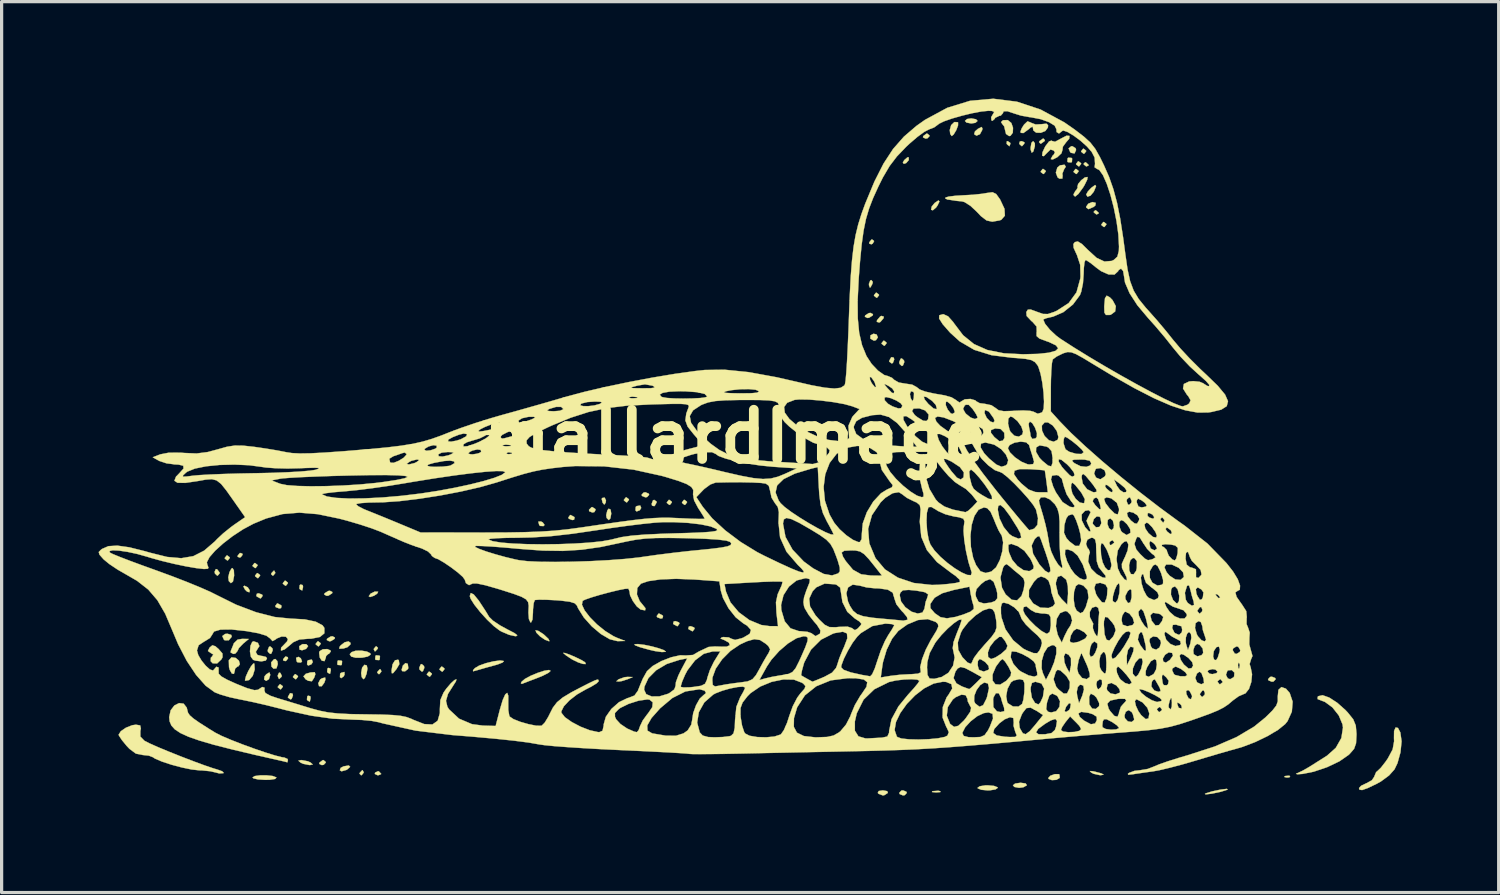
<source format=kicad_pcb>
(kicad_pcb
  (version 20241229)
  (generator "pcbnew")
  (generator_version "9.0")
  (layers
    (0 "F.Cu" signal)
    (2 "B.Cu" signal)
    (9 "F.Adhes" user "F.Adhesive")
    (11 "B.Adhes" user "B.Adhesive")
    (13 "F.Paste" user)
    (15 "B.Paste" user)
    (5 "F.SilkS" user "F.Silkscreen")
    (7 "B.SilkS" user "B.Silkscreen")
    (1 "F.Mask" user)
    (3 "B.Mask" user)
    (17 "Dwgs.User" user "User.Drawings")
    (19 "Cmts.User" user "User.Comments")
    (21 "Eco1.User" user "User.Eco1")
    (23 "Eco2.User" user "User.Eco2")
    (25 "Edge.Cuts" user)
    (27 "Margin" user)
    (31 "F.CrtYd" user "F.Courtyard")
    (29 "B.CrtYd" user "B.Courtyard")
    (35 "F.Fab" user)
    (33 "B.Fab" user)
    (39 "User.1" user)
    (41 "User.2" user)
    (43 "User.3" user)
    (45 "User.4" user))
  (footprint "mallardImage"
    (layer "F.Cu")
    (at 19.69 10.46)
    (property "Reference" "mallardImage" (at 0 0 0) (layer "F.SilkS") (effects (font (size 1.524 1.524) (thickness 0.3))))
    (attr through_hole)
    (fp_poly (pts (xy 17.173 10.504) (xy 17.149 10.539) (xy 17.07 10.545) (xy 16.987 10.526) (xy 17.023 10.497) (xy 17.145 10.488) (xy 17.173 10.504)) (stroke (width 0.01) (type solid)) (fill yes) (layer "F.SilkS"))
    (fp_poly (pts (xy -15.246 3.615) (xy -15.234 3.652) (xy -15.289 3.725) (xy -15.322 3.74) (xy -15.389 3.715) (xy -15.385 3.677) (xy -15.316 3.596) (xy -15.246 3.615)) (stroke (width 0.01) (type solid)) (fill yes) (layer "F.SilkS"))
    (fp_poly (pts (xy -15.074 4.66) (xy -15.013 4.757) (xy -15.026 4.814) (xy -15.096 4.792) (xy -15.16 4.73) (xy -15.211 4.632) (xy -15.176 4.611) (xy -15.074 4.66)) (stroke (width 0.01) (type solid)) (fill yes) (layer "F.SilkS"))
    (fp_poly (pts (xy -14.066 7.308) (xy -14.021 7.402) (xy -14.032 7.43) (xy -14.107 7.499) (xy -14.144 7.42) (xy -14.146 7.381) (xy -14.107 7.3) (xy -14.066 7.308)) (stroke (width 0.01) (type solid)) (fill yes) (layer "F.SilkS"))
    (fp_poly (pts (xy -13.839 6.819) (xy -13.827 6.856) (xy -13.882 6.929) (xy -13.915 6.944) (xy -13.982 6.919) (xy -13.978 6.881) (xy -13.909 6.8) (xy -13.839 6.819)) (stroke (width 0.01) (type solid)) (fill yes) (layer "F.SilkS"))
    (fp_poly (pts (xy -13.434 6.854) (xy -13.396 6.952) (xy -13.43 6.987) (xy -13.536 6.98) (xy -13.562 6.952) (xy -13.58 6.841) (xy -13.505 6.811) (xy -13.434 6.854)) (stroke (width 0.01) (type solid)) (fill yes) (layer "F.SilkS"))
    (fp_poly (pts (xy -13.376 4.59) (xy -13.364 4.646) (xy -13.39 4.758) (xy -13.458 4.725) (xy -13.478 4.695) (xy -13.468 4.594) (xy -13.444 4.573) (xy -13.376 4.59)) (stroke (width 0.01) (type solid)) (fill yes) (layer "F.SilkS"))
    (fp_poly (pts (xy -13.141 8.029) (xy -13.13 8.084) (xy -13.156 8.197) (xy -13.223 8.163) (xy -13.244 8.133) (xy -13.234 8.033) (xy -13.209 8.012) (xy -13.141 8.029)) (stroke (width 0.01) (type solid)) (fill yes) (layer "F.SilkS"))
    (fp_poly (pts (xy -13.063 6.972) (xy -13.107 7.042) (xy -13.205 7.08) (xy -13.24 7.046) (xy -13.233 6.94) (xy -13.204 6.914) (xy -13.093 6.896) (xy -13.063 6.972)) (stroke (width 0.01) (type solid)) (fill yes) (layer "F.SilkS"))
    (fp_poly (pts (xy -12.516 7.169) (xy -12.505 7.225) (xy -12.53 7.338) (xy -12.598 7.304) (xy -12.619 7.274) (xy -12.609 7.173) (xy -12.584 7.152) (xy -12.516 7.169)) (stroke (width 0.01) (type solid)) (fill yes) (layer "F.SilkS"))
    (fp_poly (pts (xy -12.08 7.36) (xy -12.108 7.416) (xy -12.186 7.471) (xy -12.223 7.438) (xy -12.217 7.331) (xy -12.188 7.305) (xy -12.085 7.278) (xy -12.08 7.36)) (stroke (width 0.01) (type solid)) (fill yes) (layer "F.SilkS"))
    (fp_poly (pts (xy -11.014 10.359) (xy -10.945 10.434) (xy -11.024 10.471) (xy -11.063 10.473) (xy -11.144 10.434) (xy -11.136 10.393) (xy -11.042 10.348) (xy -11.014 10.359)) (stroke (width 0.01) (type solid)) (fill yes) (layer "F.SilkS"))
    (fp_poly (pts (xy -5.949 2.652) (xy -5.893 2.73) (xy -5.926 2.766) (xy -6.033 2.76) (xy -6.059 2.731) (xy -6.086 2.628) (xy -6.005 2.623) (xy -5.949 2.652)) (stroke (width 0.01) (type solid)) (fill yes) (layer "F.SilkS"))
    (fp_poly (pts (xy -3.993 1.97) (xy -4.002 2.043) (xy -4.046 2.102) (xy -4.097 2.042) (xy -4.125 1.927) (xy -4.111 1.897) (xy -4.034 1.884) (xy -3.993 1.97)) (stroke (width 0.01) (type solid)) (fill yes) (layer "F.SilkS"))
    (fp_poly (pts (xy -2.903 2.204) (xy -2.947 2.275) (xy -3.045 2.313) (xy -3.08 2.279) (xy -3.073 2.173) (xy -3.044 2.147) (xy -2.933 2.129) (xy -2.903 2.204)) (stroke (width 0.01) (type solid)) (fill yes) (layer "F.SilkS"))
    (fp_poly (pts (xy 4.303 -6.051) (xy 4.259 -5.973) (xy 4.216 -5.951) (xy 4.15 -5.976) (xy 4.154 -6.014) (xy 4.22 -6.098) (xy 4.242 -6.102) (xy 4.303 -6.051)) (stroke (width 0.01) (type solid)) (fill yes) (layer "F.SilkS"))
    (fp_poly (pts (xy 5.374 -8.556) (xy 5.295 -8.466) (xy 5.222 -8.441) (xy 5.191 -8.485) (xy 5.238 -8.56) (xy 5.333 -8.642) (xy 5.373 -8.643) (xy 5.374 -8.556)) (stroke (width 0.01) (type solid)) (fill yes) (layer "F.SilkS"))
    (fp_poly (pts (xy -16.022 4.103) (xy -15.946 4.203) (xy -15.943 4.225) (xy -16.003 4.296) (xy -16.022 4.298) (xy -16.09 4.235) (xy -16.1 4.177) (xy -16.062 4.096) (xy -16.022 4.103)) (stroke (width 0.01) (type solid)) (fill yes) (layer "F.SilkS"))
    (fp_poly (pts (xy -15.633 3.733) (xy -15.631 3.751) (xy -15.69 3.827) (xy -15.709 3.83) (xy -15.785 3.77) (xy -15.787 3.751) (xy -15.728 3.676) (xy -15.709 3.673) (xy -15.633 3.733)) (stroke (width 0.01) (type solid)) (fill yes) (layer "F.SilkS"))
    (fp_poly (pts (xy -15.585 6.132) (xy -15.571 6.189) (xy -15.661 6.297) (xy -15.783 6.301) (xy -15.812 6.28) (xy -15.863 6.168) (xy -15.776 6.103) (xy -15.702 6.096) (xy -15.585 6.132)) (stroke (width 0.01) (type solid)) (fill yes) (layer "F.SilkS"))
    (fp_poly (pts (xy -14.773 3.967) (xy -14.771 3.986) (xy -14.831 4.062) (xy -14.849 4.064) (xy -14.925 4.005) (xy -14.927 3.986) (xy -14.868 3.91) (xy -14.849 3.908) (xy -14.773 3.967)) (stroke (width 0.01) (type solid)) (fill yes) (layer "F.SilkS"))
    (fp_poly (pts (xy -14.695 4.28) (xy -14.693 4.298) (xy -14.752 4.374) (xy -14.771 4.377) (xy -14.847 4.317) (xy -14.849 4.298) (xy -14.79 4.223) (xy -14.771 4.22) (xy -14.695 4.28)) (stroke (width 0.01) (type solid)) (fill yes) (layer "F.SilkS"))
    (fp_poly (pts (xy -14.63 4.886) (xy -14.615 4.924) (xy -14.671 5) (xy -14.688 5.002) (xy -14.794 4.945) (xy -14.81 4.924) (xy -14.792 4.857) (xy -14.737 4.846) (xy -14.63 4.886)) (stroke (width 0.01) (type solid)) (fill yes) (layer "F.SilkS"))
    (fp_poly (pts (xy -14.38 7.363) (xy -14.38 7.371) (xy -14.42 7.501) (xy -14.504 7.554) (xy -14.569 7.513) (xy -14.555 7.412) (xy -14.497 7.346) (xy -14.405 7.292) (xy -14.38 7.363)) (stroke (width 0.01) (type solid)) (fill yes) (layer "F.SilkS"))
    (fp_poly (pts (xy -14.311 6.55) (xy -14.302 6.604) (xy -14.344 6.708) (xy -14.38 6.721) (xy -14.45 6.658) (xy -14.458 6.604) (xy -14.416 6.5) (xy -14.38 6.487) (xy -14.311 6.55)) (stroke (width 0.01) (type solid)) (fill yes) (layer "F.SilkS"))
    (fp_poly (pts (xy -14.225 4.203) (xy -14.224 4.22) (xy -14.284 4.295) (xy -14.307 4.298) (xy -14.353 4.251) (xy -14.341 4.22) (xy -14.271 4.146) (xy -14.258 4.142) (xy -14.225 4.203)) (stroke (width 0.01) (type solid)) (fill yes) (layer "F.SilkS"))
    (fp_poly (pts (xy -14.16 6.943) (xy -14.146 7.034) (xy -14.187 7.167) (xy -14.279 7.177) (xy -14.341 7.112) (xy -14.351 6.983) (xy -14.265 6.887) (xy -14.219 6.878) (xy -14.16 6.943)) (stroke (width 0.01) (type solid)) (fill yes) (layer "F.SilkS"))
    (fp_poly (pts (xy -14.045 5.215) (xy -14.029 5.236) (xy -14.046 5.303) (xy -14.102 5.314) (xy -14.209 5.274) (xy -14.224 5.236) (xy -14.168 5.16) (xy -14.15 5.158) (xy -14.045 5.215)) (stroke (width 0.01) (type solid)) (fill yes) (layer "F.SilkS"))
    (fp_poly (pts (xy -13.992 7.719) (xy -13.99 7.737) (xy -14.049 7.813) (xy -14.068 7.815) (xy -14.144 7.756) (xy -14.146 7.737) (xy -14.086 7.661) (xy -14.068 7.659) (xy -13.992 7.719)) (stroke (width 0.01) (type solid)) (fill yes) (layer "F.SilkS"))
    (fp_poly (pts (xy -13.836 4.514) (xy -13.833 4.533) (xy -13.893 4.609) (xy -13.911 4.611) (xy -13.987 4.552) (xy -13.99 4.533) (xy -13.93 4.457) (xy -13.911 4.455) (xy -13.836 4.514)) (stroke (width 0.01) (type solid)) (fill yes) (layer "F.SilkS"))
    (fp_poly (pts (xy -13.688 7.95) (xy -13.677 8.006) (xy -13.718 8.113) (xy -13.755 8.128) (xy -13.831 8.072) (xy -13.833 8.054) (xy -13.776 7.949) (xy -13.755 7.933) (xy -13.688 7.95)) (stroke (width 0.01) (type solid)) (fill yes) (layer "F.SilkS"))
    (fp_poly (pts (xy -13.523 7.406) (xy -13.521 7.425) (xy -13.58 7.5) (xy -13.599 7.503) (xy -13.675 7.443) (xy -13.677 7.425) (xy -13.617 7.349) (xy -13.599 7.346) (xy -13.523 7.406)) (stroke (width 0.01) (type solid)) (fill yes) (layer "F.SilkS"))
    (fp_poly (pts (xy -13.263 6.419) (xy -13.208 6.478) (xy -13.27 6.564) (xy -13.394 6.608) (xy -13.472 6.588) (xy -13.483 6.491) (xy -13.475 6.476) (xy -13.38 6.417) (xy -13.263 6.419)) (stroke (width 0.01) (type solid)) (fill yes) (layer "F.SilkS"))
    (fp_poly (pts (xy -12.82 6.39) (xy -12.817 6.409) (xy -12.877 6.484) (xy -12.895 6.487) (xy -12.971 6.427) (xy -12.974 6.409) (xy -12.914 6.333) (xy -12.895 6.33) (xy -12.82 6.39)) (stroke (width 0.01) (type solid)) (fill yes) (layer "F.SilkS"))
    (fp_poly (pts (xy -12.673 7.514) (xy -12.708 7.614) (xy -12.789 7.722) (xy -12.869 7.717) (xy -12.895 7.628) (xy -12.832 7.508) (xy -12.778 7.475) (xy -12.68 7.45) (xy -12.673 7.514)) (stroke (width 0.01) (type solid)) (fill yes) (layer "F.SilkS"))
    (fp_poly (pts (xy -12.663 10.063) (xy -12.661 10.082) (xy -12.725 10.15) (xy -12.783 10.16) (xy -12.864 10.122) (xy -12.856 10.082) (xy -12.756 10.007) (xy -12.734 10.004) (xy -12.663 10.063)) (stroke (width 0.01) (type solid)) (fill yes) (layer "F.SilkS"))
    (fp_poly (pts (xy -12.457 4.806) (xy -12.466 4.846) (xy -12.578 4.917) (xy -12.631 4.924) (xy -12.708 4.885) (xy -12.7 4.846) (xy -12.587 4.774) (xy -12.534 4.767) (xy -12.457 4.806)) (stroke (width 0.01) (type solid)) (fill yes) (layer "F.SilkS"))
    (fp_poly (pts (xy -12.379 6.213) (xy -12.387 6.252) (xy -12.5 6.323) (xy -12.553 6.33) (xy -12.63 6.291) (xy -12.622 6.252) (xy -12.509 6.181) (xy -12.456 6.174) (xy -12.379 6.213)) (stroke (width 0.01) (type solid)) (fill yes) (layer "F.SilkS"))
    (fp_poly (pts (xy -12.175 6.929) (xy -12.157 6.949) (xy -12.165 7.051) (xy -12.185 7.069) (xy -12.288 7.061) (xy -12.305 7.041) (xy -12.297 6.938) (xy -12.277 6.921) (xy -12.175 6.929)) (stroke (width 0.01) (type solid)) (fill yes) (layer "F.SilkS"))
    (fp_poly (pts (xy -11.907 10.213) (xy -12 10.297) (xy -12.024 10.31) (xy -12.172 10.352) (xy -12.227 10.322) (xy -12.201 10.246) (xy -12.109 10.198) (xy -11.95 10.172) (xy -11.907 10.213)) (stroke (width 0.01) (type solid)) (fill yes) (layer "F.SilkS"))
    (fp_poly (pts (xy -11.49 10.377) (xy -11.489 10.394) (xy -11.549 10.47) (xy -11.571 10.473) (xy -11.618 10.425) (xy -11.606 10.394) (xy -11.536 10.32) (xy -11.523 10.316) (xy -11.49 10.377)) (stroke (width 0.01) (type solid)) (fill yes) (layer "F.SilkS"))
    (fp_poly (pts (xy -11.047 6.535) (xy -11.059 6.565) (xy -11.129 6.639) (xy -11.142 6.643) (xy -11.175 6.583) (xy -11.176 6.565) (xy -11.116 6.49) (xy -11.093 6.487) (xy -11.047 6.535)) (stroke (width 0.01) (type solid)) (fill yes) (layer "F.SilkS"))
    (fp_poly (pts (xy -11.045 4.795) (xy -11.041 4.798) (xy -11.072 4.856) (xy -11.169 4.92) (xy -11.293 4.961) (xy -11.332 4.935) (xy -11.272 4.853) (xy -11.147 4.793) (xy -11.045 4.795)) (stroke (width 0.01) (type solid)) (fill yes) (layer "F.SilkS"))
    (fp_poly (pts (xy -11.002 6.772) (xy -10.985 6.793) (xy -10.993 6.895) (xy -11.013 6.912) (xy -11.115 6.905) (xy -11.133 6.884) (xy -11.125 6.782) (xy -11.105 6.764) (xy -11.002 6.772)) (stroke (width 0.01) (type solid)) (fill yes) (layer "F.SilkS"))
    (fp_poly (pts (xy -10.942 7.251) (xy -10.942 7.268) (xy -11.002 7.343) (xy -11.024 7.346) (xy -11.071 7.299) (xy -11.059 7.268) (xy -10.989 7.194) (xy -10.976 7.19) (xy -10.942 7.251)) (stroke (width 0.01) (type solid)) (fill yes) (layer "F.SilkS"))
    (fp_poly (pts (xy -10.126 7.026) (xy -10.108 7.158) (xy -10.121 7.19) (xy -10.211 7.26) (xy -10.298 7.252) (xy -10.315 7.21) (xy -10.276 7.08) (xy -10.196 7.004) (xy -10.126 7.026)) (stroke (width 0.01) (type solid)) (fill yes) (layer "F.SilkS"))
    (fp_poly (pts (xy -9.622 7.097) (xy -9.613 7.151) (xy -9.655 7.255) (xy -9.691 7.268) (xy -9.76 7.205) (xy -9.769 7.151) (xy -9.727 7.047) (xy -9.691 7.034) (xy -9.622 7.097)) (stroke (width 0.01) (type solid)) (fill yes) (layer "F.SilkS"))
    (fp_poly (pts (xy -9.381 7.328) (xy -9.378 7.346) (xy -9.438 7.422) (xy -9.457 7.425) (xy -9.532 7.365) (xy -9.535 7.346) (xy -9.475 7.271) (xy -9.457 7.268) (xy -9.381 7.328)) (stroke (width 0.01) (type solid)) (fill yes) (layer "F.SilkS"))
    (fp_poly (pts (xy -8.99 7.171) (xy -8.988 7.19) (xy -9.047 7.266) (xy -9.066 7.268) (xy -9.142 7.209) (xy -9.144 7.19) (xy -9.085 7.114) (xy -9.066 7.112) (xy -8.99 7.171)) (stroke (width 0.01) (type solid)) (fill yes) (layer "F.SilkS"))
    (fp_poly (pts (xy -4.979 2.48) (xy -4.963 2.501) (xy -4.98 2.568) (xy -5.036 2.579) (xy -5.143 2.538) (xy -5.158 2.501) (xy -5.102 2.425) (xy -5.085 2.423) (xy -4.979 2.48)) (stroke (width 0.01) (type solid)) (fill yes) (layer "F.SilkS"))
    (fp_poly (pts (xy -4.324 2.237) (xy -4.313 2.261) (xy -4.351 2.332) (xy -4.416 2.345) (xy -4.513 2.305) (xy -4.518 2.261) (xy -4.437 2.18) (xy -4.416 2.177) (xy -4.324 2.237)) (stroke (width 0.01) (type solid)) (fill yes) (layer "F.SilkS"))
    (fp_poly (pts (xy -3.85 2.255) (xy -3.83 2.379) (xy -3.856 2.528) (xy -3.908 2.579) (xy -3.972 2.514) (xy -3.986 2.427) (xy -3.95 2.278) (xy -3.908 2.227) (xy -3.85 2.255)) (stroke (width 0.01) (type solid)) (fill yes) (layer "F.SilkS"))
    (fp_poly (pts (xy -3.285 1.935) (xy -3.282 1.954) (xy -3.342 2.03) (xy -3.361 2.032) (xy -3.436 1.973) (xy -3.439 1.954) (xy -3.379 1.878) (xy -3.361 1.876) (xy -3.285 1.935)) (stroke (width 0.01) (type solid)) (fill yes) (layer "F.SilkS"))
    (fp_poly (pts (xy -2.67 1.762) (xy -2.657 1.798) (xy -2.721 1.867) (xy -2.774 1.876) (xy -2.878 1.833) (xy -2.892 1.798) (xy -2.828 1.728) (xy -2.774 1.719) (xy -2.67 1.762)) (stroke (width 0.01) (type solid)) (fill yes) (layer "F.SilkS"))
    (fp_poly (pts (xy -2.425 2.01) (xy -2.423 2.027) (xy -2.48 2.133) (xy -2.501 2.149) (xy -2.568 2.132) (xy -2.579 2.076) (xy -2.538 1.969) (xy -2.501 1.954) (xy -2.425 2.01)) (stroke (width 0.01) (type solid)) (fill yes) (layer "F.SilkS"))
    (fp_poly (pts (xy -2.243 5.528) (xy -2.227 5.549) (xy -2.245 5.616) (xy -2.301 5.627) (xy -2.408 5.586) (xy -2.423 5.549) (xy -2.367 5.473) (xy -2.349 5.471) (xy -2.243 5.528)) (stroke (width 0.01) (type solid)) (fill yes) (layer "F.SilkS"))
    (fp_poly (pts (xy -1.956 2.013) (xy -1.954 2.032) (xy -2.013 2.108) (xy -2.032 2.11) (xy -2.108 2.051) (xy -2.11 2.032) (xy -2.051 1.956) (xy -2.032 1.954) (xy -1.956 2.013)) (stroke (width 0.01) (type solid)) (fill yes) (layer "F.SilkS"))
    (fp_poly (pts (xy -1.734 5.746) (xy -1.719 5.783) (xy -1.775 5.859) (xy -1.793 5.862) (xy -1.899 5.805) (xy -1.915 5.783) (xy -1.897 5.716) (xy -1.841 5.705) (xy -1.734 5.746)) (stroke (width 0.01) (type solid)) (fill yes) (layer "F.SilkS"))
    (fp_poly (pts (xy -1.487 2.013) (xy -1.485 2.032) (xy -1.544 2.108) (xy -1.563 2.11) (xy -1.639 2.051) (xy -1.641 2.032) (xy -1.582 1.956) (xy -1.563 1.954) (xy -1.487 2.013)) (stroke (width 0.01) (type solid)) (fill yes) (layer "F.SilkS"))
    (fp_poly (pts (xy -1.265 5.902) (xy -1.25 5.94) (xy -1.307 6.016) (xy -1.324 6.018) (xy -1.43 5.961) (xy -1.446 5.94) (xy -1.428 5.873) (xy -1.372 5.862) (xy -1.265 5.902)) (stroke (width 0.01) (type solid)) (fill yes) (layer "F.SilkS"))
    (fp_poly (pts (xy 4.261 -4.788) (xy 4.249 -4.728) (xy 4.193 -4.625) (xy 4.173 -4.611) (xy 4.146 -4.675) (xy 4.142 -4.728) (xy 4.183 -4.832) (xy 4.218 -4.846) (xy 4.261 -4.788)) (stroke (width 0.01) (type solid)) (fill yes) (layer "F.SilkS"))
    (fp_poly (pts (xy 4.268 -3.79) (xy 4.259 -3.751) (xy 4.147 -3.68) (xy 4.094 -3.673) (xy 4.017 -3.712) (xy 4.025 -3.751) (xy 4.138 -3.823) (xy 4.19 -3.83) (xy 4.268 -3.79)) (stroke (width 0.01) (type solid)) (fill yes) (layer "F.SilkS"))
    (fp_poly (pts (xy 4.378 -3.164) (xy 4.419 -3.074) (xy 4.361 -2.987) (xy 4.298 -2.97) (xy 4.197 -3.026) (xy 4.185 -3.043) (xy 4.19 -3.135) (xy 4.284 -3.185) (xy 4.378 -3.164)) (stroke (width 0.01) (type solid)) (fill yes) (layer "F.SilkS"))
    (fp_poly (pts (xy 4.452 -4.395) (xy 4.455 -4.377) (xy 4.395 -4.301) (xy 4.377 -4.298) (xy 4.301 -4.358) (xy 4.298 -4.377) (xy 4.358 -4.452) (xy 4.377 -4.455) (xy 4.452 -4.395)) (stroke (width 0.01) (type solid)) (fill yes) (layer "F.SilkS"))
    (fp_poly (pts (xy 4.601 -3.715) (xy 4.596 -3.668) (xy 4.497 -3.55) (xy 4.46 -3.532) (xy 4.387 -3.553) (xy 4.391 -3.6) (xy 4.49 -3.718) (xy 4.528 -3.737) (xy 4.601 -3.715)) (stroke (width 0.01) (type solid)) (fill yes) (layer "F.SilkS"))
    (fp_poly (pts (xy 4.687 -2.91) (xy 4.689 -2.892) (xy 4.63 -2.816) (xy 4.611 -2.814) (xy 4.535 -2.873) (xy 4.533 -2.892) (xy 4.592 -2.968) (xy 4.611 -2.97) (xy 4.687 -2.91)) (stroke (width 0.01) (type solid)) (fill yes) (layer "F.SilkS"))
    (fp_poly (pts (xy 4.708 10.966) (xy 4.728 11.02) (xy 4.615 11.092) (xy 4.572 11.098) (xy 4.441 11.048) (xy 4.416 11.02) (xy 4.444 10.962) (xy 4.572 10.942) (xy 4.708 10.966)) (stroke (width 0.01) (type solid)) (fill yes) (layer "F.SilkS"))
    (fp_poly (pts (xy 4.912 -2.444) (xy 4.924 -2.388) (xy 4.883 -2.281) (xy 4.846 -2.266) (xy 4.77 -2.323) (xy 4.767 -2.34) (xy 4.824 -2.446) (xy 4.846 -2.462) (xy 4.912 -2.444)) (stroke (width 0.01) (type solid)) (fill yes) (layer "F.SilkS"))
    (fp_poly (pts (xy 5.227 -2.359) (xy 5.236 -2.306) (xy 5.194 -2.202) (xy 5.158 -2.188) (xy 5.089 -2.252) (xy 5.08 -2.306) (xy 5.122 -2.41) (xy 5.158 -2.423) (xy 5.227 -2.359)) (stroke (width 0.01) (type solid)) (fill yes) (layer "F.SilkS"))
    (fp_poly (pts (xy 5.301 10.984) (xy 5.314 11.02) (xy 5.251 11.089) (xy 5.197 11.098) (xy 5.093 11.056) (xy 5.08 11.02) (xy 5.143 10.95) (xy 5.197 10.942) (xy 5.301 10.984)) (stroke (width 0.01) (type solid)) (fill yes) (layer "F.SilkS"))
    (fp_poly (pts (xy 6.016 -9.319) (xy 6.018 -9.3) (xy 5.954 -9.232) (xy 5.896 -9.222) (xy 5.815 -9.26) (xy 5.822 -9.3) (xy 5.922 -9.375) (xy 5.944 -9.378) (xy 6.016 -9.319)) (stroke (width 0.01) (type solid)) (fill yes) (layer "F.SilkS"))
    (fp_poly (pts (xy 6.324 -7.276) (xy 6.262 -7.149) (xy 6.218 -7.088) (xy 6.12 -7.005) (xy 6.066 -7.019) (xy 6.084 -7.118) (xy 6.176 -7.231) (xy 6.293 -7.31) (xy 6.324 -7.276)) (stroke (width 0.01) (type solid)) (fill yes) (layer "F.SilkS"))
    (fp_poly (pts (xy 6.351 10.968) (xy 6.354 10.994) (xy 6.232 11.005) (xy 6.213 11.004) (xy 6.092 10.993) (xy 6.104 10.969) (xy 6.117 10.966) (xy 6.287 10.954) (xy 6.351 10.968)) (stroke (width 0.01) (type solid)) (fill yes) (layer "F.SilkS"))
    (fp_poly (pts (xy 7.454 -9.821) (xy 7.503 -9.769) (xy 7.436 -9.71) (xy 7.307 -9.691) (xy 7.161 -9.718) (xy 7.112 -9.769) (xy 7.179 -9.828) (xy 7.307 -9.847) (xy 7.454 -9.821)) (stroke (width 0.01) (type solid)) (fill yes) (layer "F.SilkS"))
    (fp_poly (pts (xy 7.654 -9.536) (xy 7.646 -9.487) (xy 7.577 -9.358) (xy 7.47 -9.313) (xy 7.398 -9.359) (xy 7.423 -9.445) (xy 7.514 -9.524) (xy 7.629 -9.582) (xy 7.654 -9.536)) (stroke (width 0.01) (type solid)) (fill yes) (layer "F.SilkS"))
    (fp_poly (pts (xy 8.516 -9.087) (xy 8.519 -9.066) (xy 8.492 -8.99) (xy 8.484 -8.988) (xy 8.418 -9.042) (xy 8.402 -9.066) (xy 8.408 -9.138) (xy 8.436 -9.144) (xy 8.516 -9.087)) (stroke (width 0.01) (type solid)) (fill yes) (layer "F.SilkS"))
    (fp_poly (pts (xy 8.955 -9.107) (xy 8.949 -9.066) (xy 8.882 -8.991) (xy 8.87 -8.988) (xy 8.808 -9.042) (xy 8.792 -9.066) (xy 8.811 -9.132) (xy 8.87 -9.144) (xy 8.955 -9.107)) (stroke (width 0.01) (type solid)) (fill yes) (layer "F.SilkS"))
    (fp_poly (pts (xy 9.275 -9.08) (xy 9.276 -8.99) (xy 9.23 -8.826) (xy 9.179 -8.785) (xy 9.146 -8.879) (xy 9.144 -8.936) (xy 9.169 -9.089) (xy 9.222 -9.144) (xy 9.275 -9.08)) (stroke (width 0.01) (type solid)) (fill yes) (layer "F.SilkS"))
    (fp_poly (pts (xy 9.586 -9.174) (xy 9.574 -9.144) (xy 9.47 -9.069) (xy 9.447 -9.066) (xy 9.405 -9.114) (xy 9.418 -9.144) (xy 9.521 -9.219) (xy 9.544 -9.222) (xy 9.586 -9.174)) (stroke (width 0.01) (type solid)) (fill yes) (layer "F.SilkS"))
    (fp_poly (pts (xy 9.611 -8.225) (xy 9.613 -8.206) (xy 9.553 -8.13) (xy 9.535 -8.128) (xy 9.459 -8.187) (xy 9.457 -8.206) (xy 9.516 -8.282) (xy 9.535 -8.284) (xy 9.611 -8.225)) (stroke (width 0.01) (type solid)) (fill yes) (layer "F.SilkS"))
    (fp_poly (pts (xy 10.412 -8.624) (xy 10.429 -8.604) (xy 10.422 -8.501) (xy 10.401 -8.484) (xy 10.299 -8.492) (xy 10.281 -8.512) (xy 10.289 -8.614) (xy 10.31 -8.632) (xy 10.412 -8.624)) (stroke (width 0.01) (type solid)) (fill yes) (layer "F.SilkS"))
    (fp_poly (pts (xy 10.537 -8.925) (xy 10.551 -8.87) (xy 10.503 -8.763) (xy 10.395 -8.782) (xy 10.368 -8.805) (xy 10.319 -8.92) (xy 10.4 -8.985) (xy 10.434 -8.988) (xy 10.537 -8.925)) (stroke (width 0.01) (type solid)) (fill yes) (layer "F.SilkS"))
    (fp_poly (pts (xy 10.627 -8.225) (xy 10.629 -8.206) (xy 10.569 -8.13) (xy 10.551 -8.128) (xy 10.475 -8.187) (xy 10.473 -8.206) (xy 10.532 -8.282) (xy 10.551 -8.284) (xy 10.627 -8.225)) (stroke (width 0.01) (type solid)) (fill yes) (layer "F.SilkS"))
    (fp_poly (pts (xy 10.705 -8.459) (xy 10.707 -8.441) (xy 10.648 -8.365) (xy 10.629 -8.362) (xy 10.553 -8.422) (xy 10.551 -8.441) (xy 10.61 -8.516) (xy 10.629 -8.519) (xy 10.705 -8.459)) (stroke (width 0.01) (type solid)) (fill yes) (layer "F.SilkS"))
    (fp_poly (pts (xy 10.861 -8.85) (xy 10.863 -8.831) (xy 10.804 -8.756) (xy 10.785 -8.753) (xy 10.709 -8.813) (xy 10.707 -8.831) (xy 10.767 -8.907) (xy 10.785 -8.91) (xy 10.861 -8.85)) (stroke (width 0.01) (type solid)) (fill yes) (layer "F.SilkS"))
    (fp_poly (pts (xy 10.863 -8.48) (xy 10.938 -8.409) (xy 10.942 -8.397) (xy 10.881 -8.363) (xy 10.863 -8.362) (xy 10.788 -8.423) (xy 10.785 -8.445) (xy 10.833 -8.492) (xy 10.863 -8.48)) (stroke (width 0.01) (type solid)) (fill yes) (layer "F.SilkS"))
    (fp_poly (pts (xy 11.158 -7.235) (xy 11.149 -7.156) (xy 11.096 -7.109) (xy 10.934 -7.039) (xy 10.865 -7.089) (xy 10.863 -7.114) (xy 10.927 -7.208) (xy 11.056 -7.259) (xy 11.158 -7.235)) (stroke (width 0.01) (type solid)) (fill yes) (layer "F.SilkS"))
    (fp_poly (pts (xy 11.176 -6.995) (xy 11.251 -6.925) (xy 11.254 -6.912) (xy 11.194 -6.878) (xy 11.176 -6.878) (xy 11.101 -6.938) (xy 11.098 -6.96) (xy 11.146 -7.007) (xy 11.176 -6.995)) (stroke (width 0.01) (type solid)) (fill yes) (layer "F.SilkS"))
    (fp_poly (pts (xy 11.486 -6.584) (xy 11.489 -6.565) (xy 11.429 -6.489) (xy 11.41 -6.487) (xy 11.335 -6.546) (xy 11.332 -6.565) (xy 11.392 -6.641) (xy 11.41 -6.643) (xy 11.486 -6.584)) (stroke (width 0.01) (type solid)) (fill yes) (layer "F.SilkS"))
    (fp_poly (pts (xy 16.712 7.467) (xy 16.725 7.503) (xy 16.662 7.572) (xy 16.608 7.581) (xy 16.504 7.539) (xy 16.49 7.503) (xy 16.554 7.433) (xy 16.608 7.425) (xy 16.712 7.467)) (stroke (width 0.01) (type solid)) (fill yes) (layer "F.SilkS"))
    (fp_poly (pts (xy -12.984 7.351) (xy -13.021 7.457) (xy -13.092 7.566) (xy -13.204 7.552) (xy -13.284 7.506) (xy -13.352 7.414) (xy -13.278 7.335) (xy -13.128 7.293) (xy -13.001 7.286) (xy -12.984 7.351)) (stroke (width 0.01) (type solid)) (fill yes) (layer "F.SilkS"))
    (fp_poly (pts (xy -11.894 6.38) (xy -11.899 6.428) (xy -11.993 6.514) (xy -12.116 6.553) (xy -12.242 6.56) (xy -12.237 6.505) (xy -12.198 6.455) (xy -12.076 6.36) (xy -11.957 6.333) (xy -11.894 6.38)) (stroke (width 0.01) (type solid)) (fill yes) (layer "F.SilkS"))
    (fp_poly (pts (xy -11.393 7.077) (xy -11.373 7.178) (xy -11.399 7.333) (xy -11.452 7.465) (xy -11.498 7.503) (xy -11.55 7.436) (xy -11.567 7.312) (xy -11.536 7.143) (xy -11.464 7.057) (xy -11.393 7.077)) (stroke (width 0.01) (type solid)) (fill yes) (layer "F.SilkS"))
    (fp_poly (pts (xy -10.402 6.917) (xy -10.386 7.038) (xy -10.475 7.19) (xy -10.578 7.314) (xy -10.619 7.318) (xy -10.626 7.229) (xy -10.595 7.041) (xy -10.519 6.918) (xy -10.426 6.899) (xy -10.402 6.917)) (stroke (width 0.01) (type solid)) (fill yes) (layer "F.SilkS"))
    (fp_poly (pts (xy -3.165 7.436) (xy -3.322 7.503) (xy -3.504 7.561) (xy -3.595 7.574) (xy -3.673 7.567) (xy -3.615 7.516) (xy -3.595 7.503) (xy -3.418 7.44) (xy -3.322 7.431) (xy -3.165 7.436)) (stroke (width 0.01) (type solid)) (fill yes) (layer "F.SilkS"))
    (fp_poly (pts (xy 11.066 10.349) (xy 11.137 10.364) (xy 11.339 10.418) (xy 11.403 10.455) (xy 11.321 10.471) (xy 11.287 10.471) (xy 11.095 10.429) (xy 11.02 10.391) (xy 10.976 10.344) (xy 11.066 10.349)) (stroke (width 0.01) (type solid)) (fill yes) (layer "F.SilkS"))
    (fp_poly (pts (xy 11.17 -7.751) (xy 11.105 -7.594) (xy 11.095 -7.576) (xy 10.998 -7.458) (xy 10.905 -7.425) (xy 10.863 -7.491) (xy 10.916 -7.587) (xy 11.02 -7.698) (xy 11.141 -7.787) (xy 11.17 -7.751)) (stroke (width 0.01) (type solid)) (fill yes) (layer "F.SilkS"))
    (fp_poly (pts (xy -15.505 4.132) (xy -15.497 4.294) (xy -15.497 4.298) (xy -15.533 4.482) (xy -15.598 4.531) (xy -15.661 4.468) (xy -15.677 4.348) (xy -15.642 4.193) (xy -15.58 4.08) (xy -15.547 4.064) (xy -15.505 4.132)) (stroke (width 0.01) (type solid)) (fill yes) (layer "F.SilkS"))
    (fp_poly (pts (xy -13.211 10.043) (xy -13.13 10.082) (xy -13.064 10.14) (xy -13.14 10.157) (xy -13.169 10.158) (xy -13.361 10.12) (xy -13.442 10.082) (xy -13.509 10.023) (xy -13.432 10.006) (xy -13.403 10.006) (xy -13.211 10.043)) (stroke (width 0.01) (type solid)) (fill yes) (layer "F.SilkS"))
    (fp_poly (pts (xy 6.889 -9.73) (xy 6.9 -9.721) (xy 6.899 -9.63) (xy 6.843 -9.482) (xy 6.763 -9.349) (xy 6.702 -9.301) (xy 6.657 -9.367) (xy 6.643 -9.487) (xy 6.686 -9.639) (xy 6.785 -9.734) (xy 6.889 -9.73)) (stroke (width 0.01) (type solid)) (fill yes) (layer "F.SilkS"))
    (fp_poly (pts (xy 8.992 10.728) (xy 9.028 10.783) (xy 9.027 10.785) (xy 8.919 10.846) (xy 8.788 10.863) (xy 8.643 10.836) (xy 8.597 10.785) (xy 8.665 10.731) (xy 8.829 10.707) (xy 8.836 10.707) (xy 8.992 10.728)) (stroke (width 0.01) (type solid)) (fill yes) (layer "F.SilkS"))
    (fp_poly (pts (xy 10.036 10.453) (xy 10.044 10.546) (xy 10.036 10.562) (xy 9.94 10.616) (xy 9.803 10.625) (xy 9.703 10.588) (xy 9.691 10.56) (xy 9.755 10.489) (xy 9.891 10.44) (xy 10.014 10.44) (xy 10.036 10.453)) (stroke (width 0.01) (type solid)) (fill yes) (layer "F.SilkS"))
    (fp_poly (pts (xy -14.872 7.018) (xy -14.86 7.201) (xy -14.92 7.396) (xy -15.027 7.523) (xy -15.044 7.531) (xy -15.146 7.55) (xy -15.162 7.537) (xy -15.132 7.415) (xy -15.061 7.256) (xy -14.976 7.107) (xy -14.903 7.017) (xy -14.872 7.018)) (stroke (width 0.01) (type solid)) (fill yes) (layer "F.SilkS"))
    (fp_poly (pts (xy -11.389 6.648) (xy -11.283 6.702) (xy -11.274 6.741) (xy -11.364 6.802) (xy -11.54 6.837) (xy -11.734 6.839) (xy -11.875 6.802) (xy -11.92 6.729) (xy -11.864 6.665) (xy -11.737 6.622) (xy -11.56 6.619) (xy -11.389 6.648)) (stroke (width 0.01) (type solid)) (fill yes) (layer "F.SilkS"))
    (fp_poly (pts (xy -6.09 6.006) (xy -5.942 6.1) (xy -5.898 6.136) (xy -5.773 6.255) (xy -5.741 6.322) (xy -5.755 6.328) (xy -5.875 6.284) (xy -6.029 6.181) (xy -6.145 6.064) (xy -6.172 5.99) (xy -6.171 5.989) (xy -6.09 6.006)) (stroke (width 0.01) (type solid)) (fill yes) (layer "F.SilkS"))
    (fp_poly (pts (xy 10.232 -8.352) (xy 10.18 -8.273) (xy 10.126 -8.136) (xy 10.135 -8.079) (xy 10.126 -7.986) (xy 10.036 -7.982) (xy 9.978 -8.024) (xy 9.925 -8.168) (xy 9.97 -8.325) (xy 10.054 -8.395) (xy 10.194 -8.414) (xy 10.232 -8.352)) (stroke (width 0.01) (type solid)) (fill yes) (layer "F.SilkS"))
    (fp_poly (pts (xy -15.045 6.258) (xy -15.22 6.404) (xy -15.348 6.537) (xy -15.396 6.636) (xy -15.46 6.71) (xy -15.52 6.721) (xy -15.605 6.676) (xy -15.598 6.624) (xy -15.533 6.465) (xy -15.504 6.389) (xy -15.389 6.278) (xy -15.25 6.255) (xy -15.045 6.258)) (stroke (width 0.01) (type solid)) (fill yes) (layer "F.SilkS"))
    (fp_poly (pts (xy -14.304 10.497) (xy -14.194 10.539) (xy -14.188 10.546) (xy -14.23 10.589) (xy -14.395 10.614) (xy -14.535 10.617) (xy -14.758 10.603) (xy -14.901 10.569) (xy -14.927 10.543) (xy -14.86 10.499) (xy -14.695 10.477) (xy -14.49 10.477) (xy -14.304 10.497)) (stroke (width 0.01) (type solid)) (fill yes) (layer "F.SilkS"))
    (fp_poly (pts (xy 8.011 10.803) (xy 8.12 10.846) (xy 8.128 10.863) (xy 8.059 10.912) (xy 7.885 10.94) (xy 7.815 10.942) (xy 7.62 10.924) (xy 7.511 10.881) (xy 7.503 10.863) (xy 7.572 10.814) (xy 7.745 10.787) (xy 7.815 10.785) (xy 8.011 10.803)) (stroke (width 0.01) (type solid)) (fill yes) (layer "F.SilkS"))
    (fp_poly (pts (xy 11.597 -4.31) (xy 11.679 -4.226) (xy 11.78 -4.039) (xy 11.76 -3.874) (xy 11.626 -3.774) (xy 11.586 -3.766) (xy 11.475 -3.766) (xy 11.428 -3.836) (xy 11.422 -4.016) (xy 11.424 -4.059) (xy 11.445 -4.284) (xy 11.498 -4.364) (xy 11.597 -4.31)) (stroke (width 0.01) (type solid)) (fill yes) (layer "F.SilkS"))
    (fp_poly (pts (xy 15.241 10.911) (xy 15.201 10.932) (xy 15.022 10.987) (xy 14.78 11.038) (xy 14.732 11.046) (xy 14.562 11.066) (xy 14.536 11.05) (xy 14.576 11.03) (xy 14.755 10.974) (xy 14.997 10.923) (xy 15.045 10.915) (xy 15.215 10.895) (xy 15.241 10.911)) (stroke (width 0.01) (type solid)) (fill yes) (layer "F.SilkS"))
    (fp_poly (pts (xy -15.448 6.844) (xy -15.349 6.929) (xy -15.319 7.039) (xy -15.37 7.109) (xy -15.396 7.112) (xy -15.466 7.175) (xy -15.474 7.229) (xy -15.503 7.338) (xy -15.568 7.326) (xy -15.634 7.209) (xy -15.655 7.132) (xy -15.661 6.918) (xy -15.577 6.826) (xy -15.448 6.844)) (stroke (width 0.01) (type solid)) (fill yes) (layer "F.SilkS"))
    (fp_poly (pts (xy -12.516 6.612) (xy -12.505 6.643) (xy -12.564 6.719) (xy -12.583 6.721) (xy -12.652 6.785) (xy -12.661 6.838) (xy -12.701 6.944) (xy -12.785 6.929) (xy -12.848 6.831) (xy -12.867 6.685) (xy -12.852 6.636) (xy -12.753 6.577) (xy -12.615 6.57) (xy -12.516 6.612)) (stroke (width 0.01) (type solid)) (fill yes) (layer "F.SilkS"))
    (fp_poly (pts (xy -2.804 6.44) (xy -2.576 6.487) (xy -2.361 6.546) (xy -2.202 6.603) (xy -2.143 6.647) (xy -2.149 6.655) (xy -2.263 6.663) (xy -2.473 6.633) (xy -2.653 6.592) (xy -2.94 6.512) (xy -3.095 6.453) (xy -3.111 6.42) (xy -3.002 6.416) (xy -2.804 6.44)) (stroke (width 0.01) (type solid)) (fill yes) (layer "F.SilkS"))
    (fp_poly (pts (xy 8.441 -9.792) (xy 8.548 -9.705) (xy 8.6 -9.556) (xy 8.593 -9.404) (xy 8.522 -9.309) (xy 8.48 -9.3) (xy 8.384 -9.365) (xy 8.362 -9.452) (xy 8.326 -9.602) (xy 8.283 -9.653) (xy 8.229 -9.732) (xy 8.29 -9.791) (xy 8.427 -9.795) (xy 8.441 -9.792)) (stroke (width 0.01) (type solid)) (fill yes) (layer "F.SilkS"))
    (fp_poly (pts (xy -5.705 7.245) (xy -5.772 7.305) (xy -5.945 7.394) (xy -6.116 7.464) (xy -6.354 7.554) (xy -6.533 7.623) (xy -6.595 7.648) (xy -6.626 7.627) (xy -6.605 7.583) (xy -6.503 7.495) (xy -6.323 7.397) (xy -6.109 7.308) (xy -5.906 7.242) (xy -5.756 7.218) (xy -5.705 7.245)) (stroke (width 0.01) (type solid)) (fill yes) (layer "F.SilkS"))
    (fp_poly (pts (xy -5.253 6.694) (xy -5.104 6.748) (xy -4.918 6.829) (xy -4.746 6.913) (xy -4.641 6.978) (xy -4.636 6.983) (xy -4.619 7.034) (xy -4.705 7.03) (xy -4.854 6.982) (xy -5.028 6.897) (xy -5.06 6.878) (xy -5.224 6.77) (xy -5.31 6.696) (xy -5.314 6.687) (xy -5.253 6.694)) (stroke (width 0.01) (type solid)) (fill yes) (layer "F.SilkS"))
    (fp_poly (pts (xy -7.154 6.94) (xy -7.151 6.942) (xy -7.191 6.986) (xy -7.344 7.046) (xy -7.442 7.074) (xy -7.7 7.144) (xy -7.927 7.21) (xy -7.972 7.223) (xy -8.103 7.258) (xy -8.105 7.224) (xy -8.048 7.16) (xy -7.917 7.082) (xy -7.707 7.007) (xy -7.473 6.95) (xy -7.27 6.923) (xy -7.154 6.94)) (stroke (width 0.01) (type solid)) (fill yes) (layer "F.SilkS"))
    (fp_poly (pts (xy -16.076 6.484) (xy -15.976 6.571) (xy -15.858 6.708) (xy -15.855 6.822) (xy -15.889 6.887) (xy -16.023 7.015) (xy -16.159 7.011) (xy -16.222 6.947) (xy -16.217 6.836) (xy -16.181 6.802) (xy -16.141 6.739) (xy -16.219 6.692) (xy -16.307 6.63) (xy -16.26 6.531) (xy -16.253 6.522) (xy -16.17 6.453) (xy -16.076 6.484)) (stroke (width 0.01) (type solid)) (fill yes) (layer "F.SilkS"))
    (fp_poly (pts (xy 10.906 -8.033) (xy 10.894 -7.949) (xy 10.813 -7.785) (xy 10.769 -7.711) (xy 10.622 -7.51) (xy 10.52 -7.428) (xy 10.474 -7.474) (xy 10.473 -7.498) (xy 10.529 -7.604) (xy 10.552 -7.621) (xy 10.601 -7.708) (xy 10.593 -7.732) (xy 10.614 -7.818) (xy 10.708 -7.932) (xy 10.823 -8.021) (xy 10.905 -8.034) (xy 10.906 -8.033)) (stroke (width 0.01) (type solid)) (fill yes) (layer "F.SilkS"))
    (fp_poly (pts (xy -14.762 6.377) (xy -14.715 6.478) (xy -14.771 6.565) (xy -14.828 6.66) (xy -14.776 6.752) (xy -14.648 6.784) (xy -14.637 6.782) (xy -14.511 6.814) (xy -14.48 6.858) (xy -14.517 6.925) (xy -14.652 6.951) (xy -14.831 6.929) (xy -14.908 6.904) (xy -14.979 6.809) (xy -15.007 6.643) (xy -14.992 6.469) (xy -14.937 6.35) (xy -14.893 6.33) (xy -14.762 6.377)) (stroke (width 0.01) (type solid)) (fill yes) (layer "F.SilkS"))
    (fp_poly (pts (xy -8.084 4.881) (xy -7.931 5.068) (xy -7.715 5.397) (xy -7.607 5.576) (xy -7.491 5.69) (xy -7.28 5.832) (xy -7.062 5.952) (xy -6.83 6.072) (xy -6.736 6.143) (xy -6.769 6.17) (xy -6.801 6.171) (xy -6.991 6.129) (xy -7.224 6.029) (xy -7.284 5.995) (xy -7.463 5.859) (xy -7.674 5.657) (xy -7.884 5.425) (xy -8.063 5.199) (xy -8.179 5.016) (xy -8.206 4.932) (xy -8.176 4.836) (xy -8.084 4.881)) (stroke (width 0.01) (type solid)) (fill yes) (layer "F.SilkS"))
    (fp_poly (pts (xy 9.142 -9.723) (xy 9.15 -9.715) (xy 9.3 -9.659) (xy 9.476 -9.668) (xy 9.636 -9.685) (xy 9.685 -9.635) (xy 9.679 -9.567) (xy 9.601 -9.458) (xy 9.46 -9.402) (xy 9.315 -9.406) (xy 9.228 -9.477) (xy 9.222 -9.512) (xy 9.209 -9.593) (xy 9.144 -9.564) (xy 9.079 -9.508) (xy 8.922 -9.394) (xy 8.84 -9.4) (xy 8.831 -9.442) (xy 8.873 -9.548) (xy 8.943 -9.657) (xy 9.048 -9.756) (xy 9.142 -9.723)) (stroke (width 0.01) (type solid)) (fill yes) (layer "F.SilkS"))
    (fp_poly (pts (xy 8.078 -7.509) (xy 8.195 -7.346) (xy 8.202 -7.335) (xy 8.336 -7.049) (xy 8.348 -6.837) (xy 8.237 -6.711) (xy 8.187 -6.692) (xy 7.958 -6.652) (xy 7.783 -6.689) (xy 7.606 -6.825) (xy 7.482 -6.956) (xy 7.282 -7.143) (xy 7.095 -7.26) (xy 7.02 -7.28) (xy 6.843 -7.297) (xy 6.76 -7.31) (xy 6.613 -7.333) (xy 6.571 -7.337) (xy 6.502 -7.373) (xy 6.513 -7.399) (xy 6.614 -7.429) (xy 6.823 -7.454) (xy 7.054 -7.468) (xy 7.362 -7.485) (xy 7.644 -7.515) (xy 7.792 -7.54) (xy 7.965 -7.563) (xy 8.078 -7.509)) (stroke (width 0.01) (type solid)) (fill yes) (layer "F.SilkS"))
    (fp_poly (pts (xy 10.348 -9.305) (xy 10.338 -9.218) (xy 10.242 -9.108) (xy 10.142 -8.972) (xy 10.13 -8.875) (xy 10.099 -8.768) (xy 9.971 -8.647) (xy 9.969 -8.646) (xy 9.831 -8.577) (xy 9.77 -8.587) (xy 9.769 -8.591) (xy 9.826 -8.697) (xy 9.854 -8.718) (xy 9.897 -8.797) (xy 9.854 -8.856) (xy 9.758 -8.884) (xy 9.659 -8.788) (xy 9.552 -8.679) (xy 9.501 -8.691) (xy 9.512 -8.799) (xy 9.595 -8.976) (xy 9.6 -8.985) (xy 9.715 -9.135) (xy 9.795 -9.161) (xy 9.805 -9.149) (xy 9.901 -9.124) (xy 10.082 -9.222) (xy 10.254 -9.312) (xy 10.348 -9.305)) (stroke (width 0.01) (type solid)) (fill yes) (layer "F.SilkS"))
    (fp_poly (pts (xy 20.509 9.011) (xy 20.583 9.151) (xy 20.621 9.425) (xy 20.587 9.764) (xy 20.494 10.1) (xy 20.401 10.293) (xy 20.234 10.48) (xy 19.98 10.667) (xy 19.85 10.739) (xy 19.569 10.873) (xy 19.4 10.932) (xy 19.319 10.921) (xy 19.304 10.871) (xy 19.37 10.799) (xy 19.529 10.722) (xy 19.538 10.719) (xy 19.702 10.629) (xy 19.773 10.523) (xy 19.773 10.52) (xy 19.833 10.378) (xy 19.878 10.34) (xy 19.981 10.241) (xy 20.123 10.059) (xy 20.198 9.95) (xy 20.345 9.674) (xy 20.39 9.422) (xy 20.386 9.325) (xy 20.389 9.105) (xy 20.437 8.996) (xy 20.509 9.011)) (stroke (width 0.01) (type solid)) (fill yes) (layer "F.SilkS"))
    (fp_poly (pts (xy -17.059 8.259) (xy -16.963 8.382) (xy -16.946 8.453) (xy -16.924 8.538) (xy -16.869 8.62) (xy -16.758 8.717) (xy -16.57 8.849) (xy -16.282 9.032) (xy -16.083 9.155) (xy -15.894 9.252) (xy -15.607 9.375) (xy -15.261 9.511) (xy -14.891 9.646) (xy -14.534 9.768) (xy -14.229 9.863) (xy -14.011 9.918) (xy -13.944 9.926) (xy -13.844 9.97) (xy -13.833 10.004) (xy -13.848 10.073) (xy -13.853 10.073) (xy -13.935 10.051) (xy -14.029 10.029) (xy -14.86 9.841) (xy -15.551 9.677) (xy -16.114 9.534) (xy -16.56 9.404) (xy -16.903 9.285) (xy -17.155 9.17) (xy -17.329 9.056) (xy -17.437 8.937) (xy -17.492 8.808) (xy -17.506 8.675) (xy -17.46 8.465) (xy -17.345 8.315) (xy -17.199 8.242) (xy -17.059 8.259)) (stroke (width 0.01) (type solid)) (fill yes) (layer "F.SilkS"))
    (fp_poly (pts (xy 18.381 8.07) (xy 18.626 8.228) (xy 18.882 8.455) (xy 18.956 8.533) (xy 19.125 8.744) (xy 19.204 8.936) (xy 19.226 9.189) (xy 19.226 9.227) (xy 19.212 9.485) (xy 19.151 9.657) (xy 19.015 9.814) (xy 18.982 9.845) (xy 18.697 10.043) (xy 18.317 10.224) (xy 17.902 10.364) (xy 17.557 10.433) (xy 17.394 10.444) (xy 17.355 10.429) (xy 17.389 10.413) (xy 17.564 10.331) (xy 17.772 10.212) (xy 17.78 10.206) (xy 18.002 10.066) (xy 18.257 9.905) (xy 18.314 9.869) (xy 18.586 9.626) (xy 18.758 9.322) (xy 18.808 9.001) (xy 18.794 8.9) (xy 18.678 8.624) (xy 18.482 8.375) (xy 18.25 8.205) (xy 18.16 8.171) (xy 18.023 8.118) (xy 18.025 8.049) (xy 18.044 8.028) (xy 18.177 7.998) (xy 18.381 8.07)) (stroke (width 0.01) (type solid)) (fill yes) (layer "F.SilkS"))
    (fp_poly (pts (xy -18.403 8.932) (xy -18.382 9.031) (xy -18.398 9.103) (xy -18.398 9.278) (xy -18.271 9.408) (xy -18.269 9.409) (xy -18.118 9.486) (xy -17.855 9.603) (xy -17.518 9.743) (xy -17.142 9.893) (xy -16.765 10.038) (xy -16.421 10.165) (xy -16.148 10.258) (xy -16.024 10.295) (xy -15.868 10.35) (xy -15.819 10.399) (xy -15.829 10.409) (xy -15.956 10.418) (xy -16.061 10.39) (xy -16.234 10.35) (xy -16.482 10.325) (xy -16.573 10.322) (xy -16.81 10.296) (xy -17.115 10.233) (xy -17.437 10.147) (xy -17.729 10.051) (xy -17.943 9.96) (xy -18.011 9.915) (xy -18.136 9.867) (xy -18.328 9.847) (xy -18.535 9.805) (xy -18.733 9.659) (xy -18.821 9.566) (xy -18.967 9.388) (xy -19.056 9.255) (xy -19.07 9.219) (xy -19.003 9.113) (xy -18.845 9.004) (xy -18.652 8.927) (xy -18.536 8.91) (xy -18.403 8.932)) (stroke (width 0.01) (type solid)) (fill yes) (layer "F.SilkS"))
    (fp_poly (pts (xy 17.044 7.796) (xy 17.16 7.929) (xy 17.251 8.199) (xy 17.226 8.507) (xy 17.094 8.799) (xy 17.021 8.89) (xy 16.799 9.07) (xy 16.474 9.263) (xy 16.092 9.447) (xy 15.701 9.596) (xy 15.534 9.645) (xy 15.29 9.713) (xy 14.946 9.812) (xy 14.551 9.929) (xy 14.224 10.027) (xy 13.828 10.142) (xy 13.445 10.243) (xy 13.123 10.319) (xy 12.934 10.353) (xy 12.65 10.392) (xy 12.39 10.43) (xy 12.309 10.443) (xy 12.163 10.459) (xy 12.155 10.429) (xy 12.192 10.4) (xy 12.356 10.339) (xy 12.532 10.318) (xy 12.771 10.278) (xy 12.961 10.204) (xy 13.12 10.137) (xy 13.389 10.043) (xy 13.728 9.936) (xy 14.029 9.847) (xy 14.842 9.584) (xy 15.515 9.293) (xy 16.06 8.969) (xy 16.407 8.687) (xy 16.624 8.473) (xy 16.745 8.319) (xy 16.792 8.185) (xy 16.79 8.041) (xy 16.811 7.831) (xy 16.905 7.746) (xy 17.044 7.796)) (stroke (width 0.01) (type solid)) (fill yes) (layer "F.SilkS"))
    (fp_poly (pts (xy 8.719 -10.364) (xy 9.453 -10.121) (xy 10.186 -9.725) (xy 10.501 -9.506) (xy 10.791 -9.284) (xy 10.992 -9.1) (xy 11.145 -8.904) (xy 11.29 -8.647) (xy 11.412 -8.398) (xy 11.573 -8.032) (xy 11.705 -7.655) (xy 11.817 -7.238) (xy 11.915 -6.748) (xy 12.007 -6.155) (xy 12.074 -5.651) (xy 12.143 -5.173) (xy 12.223 -4.81) (xy 12.332 -4.519) (xy 12.487 -4.261) (xy 12.705 -3.992) (xy 12.813 -3.873) (xy 13.057 -3.598) (xy 13.33 -3.273) (xy 13.551 -2.997) (xy 13.772 -2.735) (xy 14.066 -2.419) (xy 14.388 -2.098) (xy 14.581 -1.917) (xy 14.936 -1.573) (xy 15.16 -1.303) (xy 15.251 -1.097) (xy 15.212 -0.945) (xy 15.042 -0.837) (xy 14.741 -0.765) (xy 14.636 -0.75) (xy 14.312 -0.747) (xy 13.933 -0.816) (xy 13.487 -0.962) (xy 12.963 -1.19) (xy 12.349 -1.505) (xy 11.635 -1.911) (xy 11.074 -2.249) (xy 10.761 -2.439) (xy 10.548 -2.556) (xy 10.402 -2.612) (xy 10.288 -2.619) (xy 10.175 -2.587) (xy 10.136 -2.572) (xy 9.949 -2.48) (xy 9.833 -2.394) (xy 9.829 -2.388) (xy 9.804 -2.278) (xy 9.785 -2.051) (xy 9.773 -1.744) (xy 9.77 -1.544) (xy 9.769 -0.782) (xy 10.052 -0.469) (xy 10.393 -0.118) (xy 10.838 0.298) (xy 11.36 0.759) (xy 11.933 1.241) (xy 12.533 1.725) (xy 13.132 2.187) (xy 13.704 2.607) (xy 13.907 2.75) (xy 14.615 3.306) (xy 15.203 3.91) (xy 15.409 4.173) (xy 15.553 4.41) (xy 15.624 4.608) (xy 15.615 4.736) (xy 15.553 4.767) (xy 15.479 4.817) (xy 15.516 4.954) (xy 15.661 5.162) (xy 15.675 5.179) (xy 15.815 5.396) (xy 15.833 5.587) (xy 15.828 5.608) (xy 15.825 5.796) (xy 15.871 5.907) (xy 15.923 6.062) (xy 15.913 6.208) (xy 15.909 6.425) (xy 15.957 6.602) (xy 16.008 6.785) (xy 15.963 6.889) (xy 15.919 7.034) (xy 15.953 7.141) (xy 15.995 7.349) (xy 15.972 7.588) (xy 15.9 7.803) (xy 15.792 7.94) (xy 15.745 7.959) (xy 15.581 8.03) (xy 15.399 8.162) (xy 15.396 8.165) (xy 15.26 8.281) (xy 15.115 8.378) (xy 14.932 8.471) (xy 14.678 8.575) (xy 14.323 8.703) (xy 14.094 8.783) (xy 13.764 8.891) (xy 13.466 8.972) (xy 13.159 9.032) (xy 12.801 9.079) (xy 12.349 9.121) (xy 12.075 9.142) (xy 11.507 9.186) (xy 10.86 9.239) (xy 10.209 9.295) (xy 9.629 9.346) (xy 9.574 9.351) (xy 8.668 9.435) (xy 7.893 9.504) (xy 7.225 9.56) (xy 6.639 9.606) (xy 6.112 9.642) (xy 5.618 9.67) (xy 5.134 9.691) (xy 4.634 9.708) (xy 4.095 9.722) (xy 3.751 9.729) (xy 3.085 9.743) (xy 2.369 9.757) (xy 1.647 9.772) (xy 0.968 9.786) (xy 0.377 9.799) (xy 0.144 9.804) (xy -0.328 9.813) (xy -0.745 9.818) (xy -1.081 9.82) (xy -1.313 9.819) (xy -1.416 9.813) (xy -1.419 9.812) (xy -1.501 9.803) (xy -1.719 9.788) (xy -2.052 9.768) (xy -2.48 9.746) (xy -2.982 9.721) (xy -3.538 9.696) (xy -3.556 9.695) (xy -4.137 9.667) (xy -4.688 9.636) (xy -5.181 9.604) (xy -5.592 9.573) (xy -5.895 9.543) (xy -6.057 9.52) (xy -6.383 9.463) (xy -6.833 9.405) (xy -7.416 9.344) (xy -8.139 9.279) (xy -8.753 9.23) (xy -9.883 9.093) (xy -10.904 8.867) (xy -11.019 8.834) (xy -11.241 8.792) (xy -11.548 8.763) (xy -11.84 8.753) (xy -12.458 8.723) (xy -13.118 8.63) (xy -13.86 8.468) (xy -14.107 8.404) (xy -14.496 8.306) (xy -14.901 8.213) (xy -15.248 8.141) (xy -15.318 8.128) (xy -15.633 8.06) (xy -15.927 7.974) (xy -16.096 7.908) (xy -16.377 7.704) (xy -16.672 7.371) (xy -16.962 6.935) (xy -17.229 6.421) (xy -17.399 6.017) (xy -17.629 5.476) (xy -17.871 5.058) (xy -18.152 4.73) (xy -18.499 4.459) (xy -18.813 4.277) (xy -19.102 4.111) (xy -19.359 3.939) (xy -19.533 3.796) (xy -19.539 3.79) (xy -19.663 3.649) (xy -19.685 3.568) (xy -19.655 3.538) (xy -19.354 3.538) (xy -19.339 3.586) (xy -19.245 3.633) (xy -19.027 3.722) (xy -18.712 3.843) (xy -18.322 3.987) (xy -17.897 4.14) (xy -17.423 4.314) (xy -16.965 4.491) (xy -16.557 4.658) (xy -16.234 4.8) (xy -16.061 4.887) (xy -15.434 5.198) (xy -14.814 5.432) (xy -14.238 5.579) (xy -13.761 5.627) (xy -13.311 5.652) (xy -12.973 5.723) (xy -12.762 5.835) (xy -12.705 5.916) (xy -12.705 6.083) (xy -12.843 6.196) (xy -13.107 6.249) (xy -13.207 6.252) (xy -13.476 6.274) (xy -13.665 6.357) (xy -13.785 6.46) (xy -13.931 6.579) (xy -14.035 6.616) (xy -14.049 6.609) (xy -14.042 6.526) (xy -13.97 6.452) (xy -13.859 6.334) (xy -13.833 6.263) (xy -13.893 6.189) (xy -14.028 6.182) (xy -14.175 6.241) (xy -14.213 6.272) (xy -14.308 6.324) (xy -14.384 6.241) (xy -14.499 6.156) (xy -14.746 6.081) (xy -15.112 6.015) (xy -15.58 5.964) (xy -15.917 5.968) (xy -16.118 6.027) (xy -16.178 6.127) (xy -16.243 6.227) (xy -16.401 6.326) (xy -16.412 6.33) (xy -16.594 6.451) (xy -16.647 6.612) (xy -16.606 6.757) (xy -16.505 6.927) (xy -16.375 7.087) (xy -16.247 7.201) (xy -16.152 7.234) (xy -16.127 7.21) (xy -16.046 7.117) (xy -15.977 7.142) (xy -15.977 7.252) (xy -15.974 7.334) (xy -15.892 7.417) (xy -15.709 7.52) (xy -15.425 7.648) (xy -15.09 7.782) (xy -14.872 7.841) (xy -14.756 7.83) (xy -14.745 7.821) (xy -14.626 7.743) (xy -14.555 7.766) (xy -14.561 7.846) (xy -14.533 7.928) (xy -14.374 8.015) (xy -14.16 8.088) (xy -13.852 8.181) (xy -13.478 8.295) (xy -13.13 8.402) (xy -12.855 8.477) (xy -12.586 8.53) (xy -12.283 8.563) (xy -11.906 8.582) (xy -11.413 8.59) (xy -11.405 8.59) (xy -10.937 8.597) (xy -10.595 8.611) (xy -10.348 8.635) (xy -10.165 8.673) (xy -10.016 8.728) (xy -9.962 8.755) (xy -9.616 8.891) (xy -9.362 8.903) (xy -9.2 8.789) (xy -9.132 8.552) (xy -9.132 8.423) (xy -9.117 8.149) (xy -9.018 7.918) (xy -8.932 7.795) (xy -8.792 7.631) (xy -8.681 7.53) (xy -8.62 7.505) (xy -8.634 7.567) (xy -8.705 7.679) (xy -8.881 7.958) (xy -8.943 8.172) (xy -8.898 8.357) (xy -8.847 8.436) (xy -8.538 8.724) (xy -8.137 8.894) (xy -7.803 8.938) (xy -7.406 8.949) (xy -7.277 8.447) (xy -7.188 8.149) (xy -7.109 7.973) (xy -7.048 7.925) (xy -7.015 8.014) (xy -7.016 8.225) (xy -7.015 8.456) (xy -6.985 8.628) (xy -6.971 8.659) (xy -6.856 8.737) (xy -6.644 8.821) (xy -6.392 8.893) (xy -6.157 8.94) (xy -5.996 8.943) (xy -5.981 8.939) (xy -5.889 8.848) (xy -5.779 8.668) (xy -5.743 8.595) (xy -5.634 8.381) (xy -5.507 8.215) (xy -5.329 8.068) (xy -5.066 7.91) (xy -4.806 7.773) (xy -4.522 7.628) (xy -4.348 7.545) (xy -4.259 7.514) (xy -4.225 7.525) (xy -4.22 7.568) (xy -4.285 7.633) (xy -4.453 7.735) (xy -4.618 7.819) (xy -4.887 7.973) (xy -5.124 8.157) (xy -5.296 8.341) (xy -5.374 8.496) (xy -5.371 8.543) (xy -5.263 8.679) (xy -5.05 8.829) (xy -4.778 8.972) (xy -4.492 9.083) (xy -4.24 9.138) (xy -4.201 9.141) (xy -4.1 9.098) (xy -4.065 8.944) (xy -4.064 8.902) (xy -3.997 8.666) (xy -3.915 8.549) (xy -3.716 8.549) (xy -3.714 8.668) (xy -3.677 8.745) (xy -3.546 8.888) (xy -3.337 9.029) (xy -3.121 9.124) (xy -3.037 9.141) (xy -2.982 9.078) (xy -2.941 8.962) (xy -2.928 8.934) (xy -2.716 8.934) (xy -2.709 9.093) (xy -2.565 9.178) (xy -2.56 9.179) (xy -2.138 9.25) (xy -1.826 9.251) (xy -1.593 9.178) (xy -1.465 9.087) (xy -1.355 8.911) (xy -1.342 8.844) (xy -1.172 8.844) (xy -1.092 9.148) (xy -1.091 9.149) (xy -1 9.246) (xy -0.833 9.292) (xy -0.629 9.3) (xy -0.377 9.291) (xy -0.179 9.267) (xy -0.124 9.253) (xy -0.047 9.177) (xy -0.009 9.005) (xy 0.000292 8.764) (xy 0.015 8.619) (xy 0.169 8.619) (xy 0.175 8.685) (xy 0.216 8.934) (xy 0.28 9.129) (xy 0.31 9.18) (xy 0.449 9.252) (xy 0.685 9.292) (xy 0.96 9.3) (xy 1.219 9.276) (xy 1.403 9.216) (xy 1.423 9.203) (xy 1.51 9.078) (xy 1.555 8.976) (xy 1.818 8.976) (xy 1.915 9.157) (xy 2.129 9.261) (xy 2.473 9.3) (xy 2.546 9.3) (xy 2.847 9.289) (xy 3.05 9.244) (xy 3.213 9.15) (xy 3.263 9.11) (xy 3.433 8.907) (xy 3.483 8.81) (xy 3.707 8.81) (xy 3.707 9.095) (xy 3.817 9.27) (xy 4.037 9.335) (xy 4.112 9.334) (xy 4.368 9.32) (xy 4.552 9.31) (xy 4.712 9.275) (xy 4.765 9.161) (xy 4.767 9.102) (xy 4.773 9.075) (xy 4.936 9.075) (xy 5.003 9.27) (xy 5.021 9.291) (xy 5.146 9.337) (xy 5.38 9.362) (xy 5.677 9.369) (xy 5.992 9.358) (xy 6.278 9.331) (xy 6.489 9.288) (xy 6.57 9.248) (xy 6.601 9.177) (xy 7.034 9.177) (xy 7.075 9.258) (xy 7.219 9.295) (xy 7.377 9.3) (xy 7.592 9.29) (xy 7.721 9.233) (xy 7.769 9.166) (xy 7.988 9.166) (xy 8.097 9.243) (xy 8.349 9.283) (xy 8.502 9.291) (xy 8.671 9.288) (xy 8.716 9.243) (xy 8.671 9.136) (xy 8.616 8.944) (xy 8.622 8.823) (xy 8.621 8.821) (xy 8.785 8.821) (xy 8.805 8.997) (xy 8.822 9.038) (xy 8.904 9.176) (xy 8.992 9.204) (xy 9.068 9.148) (xy 9.312 9.148) (xy 9.389 9.205) (xy 9.588 9.207) (xy 9.791 9.169) (xy 9.894 9.075) (xy 9.895 9.075) (xy 10.082 9.075) (xy 10.149 9.122) (xy 10.309 9.142) (xy 10.502 9.134) (xy 10.653 9.1) (xy 10.708 9.048) (xy 10.657 8.951) (xy 10.656 8.95) (xy 11.361 8.95) (xy 11.376 8.995) (xy 11.469 9.043) (xy 11.629 9.064) (xy 11.788 9.056) (xy 11.876 9.019) (xy 11.879 9.007) (xy 11.818 8.933) (xy 11.669 8.829) (xy 11.65 8.819) (xy 11.491 8.739) (xy 11.412 8.745) (xy 11.377 8.806) (xy 11.361 8.95) (xy 10.656 8.95) (xy 10.567 8.855) (xy 10.366 8.654) (xy 10.224 8.829) (xy 10.121 8.979) (xy 10.082 9.075) (xy 9.895 9.075) (xy 9.933 8.969) (xy 9.961 8.793) (xy 9.91 8.731) (xy 9.767 8.778) (xy 9.593 8.881) (xy 9.38 9.039) (xy 9.312 9.148) (xy 9.068 9.148) (xy 9.115 9.114) (xy 9.285 8.917) (xy 9.53 8.612) (xy 9.454 8.562) (xy 10.621 8.562) (xy 10.667 8.672) (xy 10.803 8.788) (xy 11.009 8.896) (xy 11.139 8.873) (xy 11.195 8.766) (xy 11.186 8.662) (xy 11.07 8.586) (xy 10.931 8.543) (xy 10.712 8.513) (xy 10.621 8.562) (xy 9.454 8.562) (xy 9.34 8.487) (xy 9.239 8.433) (xy 9.626 8.433) (xy 9.682 8.509) (xy 9.78 8.532) (xy 9.938 8.492) (xy 9.942 8.487) (xy 10.196 8.487) (xy 10.238 8.519) (xy 10.335 8.456) (xy 10.367 8.398) (xy 10.389 8.262) (xy 10.333 8.244) (xy 10.242 8.356) (xy 10.196 8.487) (xy 9.942 8.487) (xy 10.036 8.357) (xy 10.054 8.185) (xy 9.975 8.03) (xy 9.949 8.008) (xy 9.815 7.946) (xy 9.724 8.007) (xy 9.656 8.207) (xy 9.645 8.261) (xy 9.626 8.433) (xy 9.239 8.433) (xy 9.144 8.382) (xy 9.013 8.397) (xy 8.899 8.544) (xy 8.865 8.608) (xy 8.785 8.821) (xy 8.621 8.821) (xy 8.609 8.704) (xy 8.506 8.678) (xy 8.342 8.743) (xy 8.178 8.867) (xy 8.018 9.044) (xy 7.988 9.166) (xy 7.769 9.166) (xy 7.823 9.091) (xy 7.884 8.971) (xy 7.981 8.719) (xy 7.967 8.573) (xy 7.839 8.529) (xy 7.694 8.552) (xy 7.496 8.645) (xy 7.29 8.804) (xy 7.122 8.987) (xy 7.037 9.15) (xy 7.034 9.177) (xy 6.601 9.177) (xy 6.615 9.143) (xy 6.547 8.994) (xy 6.535 8.977) (xy 6.421 8.689) (xy 6.422 8.631) (xy 6.551 8.631) (xy 6.649 8.876) (xy 6.66 8.89) (xy 6.777 8.977) (xy 6.909 8.944) (xy 7.079 8.782) (xy 7.14 8.707) (xy 7.277 8.51) (xy 7.304 8.386) (xy 7.277 8.34) (xy 7.201 8.19) (xy 7.2 8.182) (xy 7.397 8.182) (xy 7.433 8.255) (xy 7.563 8.354) (xy 7.676 8.306) (xy 7.771 8.12) (xy 7.985 8.12) (xy 7.992 8.366) (xy 8.101 8.497) (xy 8.212 8.519) (xy 8.331 8.491) (xy 8.324 8.388) (xy 8.322 8.382) (xy 8.258 8.192) (xy 8.225 8.066) (xy 8.207 8.03) (xy 8.388 8.03) (xy 8.422 8.217) (xy 8.441 8.246) (xy 8.597 8.345) (xy 8.771 8.348) (xy 8.881 8.267) (xy 8.921 8.134) (xy 8.949 7.916) (xy 8.954 7.839) (xy 9.144 7.839) (xy 9.182 8.073) (xy 9.28 8.236) (xy 9.386 8.284) (xy 9.447 8.219) (xy 9.52 8.059) (xy 9.527 8.038) (xy 9.563 7.794) (xy 9.481 7.636) (xy 9.291 7.581) (xy 9.186 7.618) (xy 9.147 7.755) (xy 9.144 7.839) (xy 8.954 7.839) (xy 8.954 7.838) (xy 8.953 7.627) (xy 8.915 7.53) (xy 8.819 7.503) (xy 8.792 7.503) (xy 8.616 7.543) (xy 8.535 7.601) (xy 8.429 7.801) (xy 8.388 8.03) (xy 8.207 8.03) (xy 8.157 7.934) (xy 8.068 7.937) (xy 7.996 8.065) (xy 7.985 8.12) (xy 7.771 8.12) (xy 7.778 8.106) (xy 7.8 8.038) (xy 7.857 7.776) (xy 7.824 7.636) (xy 7.823 7.635) (xy 7.709 7.605) (xy 7.584 7.686) (xy 7.473 7.836) (xy 7.402 8.015) (xy 7.397 8.182) (xy 7.2 8.182) (xy 7.19 8.112) (xy 7.136 7.997) (xy 7.001 7.981) (xy 6.823 8.061) (xy 6.736 8.131) (xy 6.582 8.365) (xy 6.551 8.631) (xy 6.422 8.631) (xy 6.427 8.365) (xy 6.547 8.062) (xy 6.601 7.99) (xy 6.719 7.792) (xy 6.695 7.655) (xy 6.531 7.587) (xy 6.429 7.581) (xy 6.147 7.636) (xy 5.853 7.785) (xy 5.57 8.003) (xy 5.316 8.265) (xy 5.113 8.548) (xy 4.979 8.826) (xy 4.936 9.075) (xy 4.773 9.075) (xy 4.841 8.741) (xy 5.056 8.344) (xy 5.349 7.985) (xy 5.53 7.785) (xy 5.658 7.629) (xy 5.705 7.553) (xy 5.636 7.516) (xy 5.461 7.503) (xy 5.226 7.512) (xy 4.981 7.541) (xy 4.772 7.588) (xy 4.76 7.592) (xy 4.309 7.814) (xy 3.976 8.136) (xy 3.766 8.556) (xy 3.707 8.81) (xy 3.483 8.81) (xy 3.568 8.646) (xy 3.59 8.582) (xy 3.707 8.303) (xy 3.874 8.019) (xy 3.927 7.947) (xy 4.067 7.737) (xy 4.09 7.596) (xy 3.985 7.512) (xy 3.743 7.474) (xy 3.485 7.471) (xy 2.96 7.539) (xy 2.513 7.721) (xy 2.161 8.002) (xy 1.921 8.372) (xy 1.823 8.705) (xy 1.818 8.976) (xy 1.555 8.976) (xy 1.608 8.855) (xy 1.679 8.636) (xy 1.786 8.34) (xy 1.924 8.075) (xy 2.019 7.946) (xy 2.149 7.8) (xy 2.178 7.716) (xy 2.116 7.644) (xy 2.076 7.614) (xy 1.823 7.516) (xy 1.495 7.51) (xy 1.134 7.584) (xy 0.781 7.729) (xy 0.48 7.934) (xy 0.384 8.03) (xy 0.233 8.224) (xy 0.17 8.394) (xy 0.169 8.619) (xy 0.015 8.619) (xy 0.041 8.357) (xy 0.157 8.067) (xy 0.257 7.891) (xy 0.31 7.776) (xy 0.313 7.764) (xy 0.246 7.733) (xy 0.077 7.745) (xy -0.15 7.789) (xy -0.39 7.857) (xy -0.6 7.938) (xy -0.676 7.979) (xy -0.951 8.221) (xy -1.12 8.522) (xy -1.172 8.844) (xy -1.342 8.844) (xy -1.329 8.778) (xy -1.294 8.55) (xy -1.206 8.307) (xy -1.092 8.104) (xy -0.981 8.001) (xy -0.897 7.93) (xy -0.941 7.857) (xy -1.085 7.817) (xy -1.118 7.816) (xy -1.537 7.882) (xy -1.94 8.085) (xy -2.318 8.403) (xy -2.585 8.704) (xy -2.716 8.934) (xy -2.928 8.934) (xy -2.857 8.782) (xy -2.713 8.584) (xy -2.693 8.562) (xy -2.56 8.368) (xy -2.545 8.217) (xy -2.646 8.135) (xy -2.713 8.128) (xy -2.984 8.167) (xy -3.289 8.264) (xy -3.545 8.389) (xy -3.599 8.428) (xy -3.716 8.549) (xy -3.915 8.549) (xy -3.825 8.422) (xy -3.59 8.214) (xy -3.332 8.089) (xy -3.293 8.079) (xy -3.112 8.008) (xy -3.001 7.853) (xy -2.992 7.828) (xy -2.813 7.828) (xy -2.748 7.966) (xy -2.579 8.036) (xy -2.343 8.035) (xy -2.08 7.956) (xy -2.031 7.932) (xy -1.884 7.823) (xy -1.84 7.72) (xy -1.842 7.713) (xy -1.841 7.711) (xy -1.677 7.711) (xy -1.677 7.741) (xy -1.591 7.758) (xy -1.403 7.753) (xy -1.278 7.741) (xy -1.049 7.706) (xy -0.93 7.646) (xy -0.873 7.53) (xy -0.87 7.518) (xy -0.703 7.518) (xy -0.69 7.681) (xy -0.619 7.726) (xy -0.488 7.703) (xy -0.284 7.664) (xy -0.006 7.624) (xy 0.141 7.606) (xy 0.387 7.571) (xy 0.486 7.529) (xy 0.752 7.529) (xy 0.942 7.476) (xy 1.142 7.43) (xy 1.403 7.384) (xy 1.474 7.373) (xy 1.522 7.364) (xy 2.046 7.364) (xy 2.048 7.384) (xy 2.125 7.431) (xy 2.257 7.505) (xy 2.37 7.566) (xy 2.397 7.579) (xy 2.469 7.552) (xy 2.639 7.482) (xy 2.717 7.449) (xy 4.508 7.449) (xy 4.814 7.399) (xy 5.103 7.365) (xy 5.414 7.348) (xy 5.456 7.347) (xy 5.66 7.331) (xy 5.748 7.29) (xy 5.745 7.27) (xy 5.732 7.138) (xy 5.94 7.138) (xy 5.954 7.37) (xy 6.017 7.48) (xy 6.164 7.491) (xy 6.263 7.467) (xy 6.759 7.467) (xy 6.849 7.631) (xy 7.021 7.727) (xy 7.176 7.784) (xy 7.245 7.809) (xy 7.305 7.765) (xy 7.429 7.647) (xy 7.449 7.628) (xy 7.636 7.44) (xy 7.492 7.359) (xy 7.966 7.359) (xy 7.969 7.547) (xy 8.055 7.659) (xy 8.203 7.67) (xy 8.389 7.555) (xy 8.417 7.526) (xy 8.528 7.395) (xy 8.542 7.289) (xy 8.467 7.131) (xy 8.456 7.112) (xy 8.354 6.955) (xy 8.278 6.879) (xy 8.272 6.878) (xy 8.202 6.937) (xy 8.091 7.084) (xy 8.067 7.121) (xy 7.966 7.359) (xy 7.492 7.359) (xy 7.344 7.276) (xy 7.118 7.158) (xy 6.98 7.123) (xy 6.888 7.17) (xy 6.819 7.265) (xy 6.759 7.467) (xy 6.263 7.467) (xy 6.39 7.436) (xy 6.601 7.305) (xy 6.746 7.084) (xy 6.748 7.071) (xy 7.506 7.071) (xy 7.539 7.194) (xy 7.555 7.216) (xy 7.695 7.267) (xy 7.834 7.214) (xy 7.858 7.185) (xy 7.841 7.088) (xy 7.74 6.971) (xy 7.609 6.89) (xy 7.561 6.88) (xy 7.514 6.94) (xy 7.506 7.071) (xy 6.748 7.071) (xy 6.794 6.833) (xy 6.769 6.704) (xy 6.734 6.54) (xy 6.76 6.363) (xy 6.892 6.363) (xy 6.905 6.593) (xy 7.028 6.813) (xy 7.04 6.828) (xy 7.193 6.987) (xy 7.302 7.029) (xy 7.347 6.946) (xy 7.347 6.936) (xy 7.397 6.834) (xy 7.517 6.673) (xy 7.823 6.673) (xy 7.83 6.816) (xy 7.916 6.877) (xy 7.922 6.878) (xy 8.054 6.832) (xy 8.062 6.827) (xy 8.527 6.827) (xy 8.611 7.029) (xy 8.774 7.214) (xy 8.853 7.27) (xy 9.084 7.385) (xy 9.259 7.423) (xy 9.351 7.384) (xy 9.348 7.301) (xy 9.317 7.168) (xy 9.484 7.168) (xy 9.523 7.312) (xy 9.619 7.524) (xy 9.629 7.505) (xy 9.853 7.505) (xy 9.935 7.735) (xy 10.004 7.815) (xy 10.167 7.947) (xy 10.272 7.941) (xy 10.293 7.899) (xy 10.571 7.899) (xy 10.587 8.025) (xy 10.643 8.245) (xy 10.722 8.061) (xy 10.955 8.061) (xy 10.959 8.281) (xy 11.045 8.409) (xy 11.156 8.424) (xy 11.262 8.338) (xy 11.266 8.258) (xy 11.517 8.258) (xy 11.558 8.413) (xy 11.601 8.483) (xy 11.733 8.637) (xy 11.833 8.663) (xy 11.848 8.628) (xy 12.047 8.628) (xy 12.062 8.709) (xy 12.15 8.806) (xy 12.266 8.827) (xy 12.342 8.768) (xy 12.347 8.734) (xy 12.307 8.585) (xy 12.272 8.519) (xy 12.178 8.459) (xy 12.088 8.509) (xy 12.047 8.628) (xy 11.848 8.628) (xy 11.878 8.557) (xy 11.879 8.528) (xy 11.936 8.356) (xy 11.997 8.284) (xy 12.087 8.186) (xy 12.37 8.186) (xy 12.401 8.325) (xy 12.479 8.494) (xy 12.565 8.616) (xy 12.707 8.738) (xy 12.791 8.714) (xy 12.817 8.562) (xy 12.775 8.441) (xy 13.052 8.441) (xy 13.111 8.516) (xy 13.13 8.519) (xy 13.206 8.459) (xy 13.208 8.441) (xy 13.149 8.365) (xy 13.13 8.362) (xy 13.054 8.422) (xy 13.052 8.441) (xy 12.775 8.441) (xy 12.756 8.386) (xy 12.695 8.318) (xy 13.41 8.318) (xy 13.418 8.382) (xy 13.48 8.438) (xy 13.512 8.347) (xy 13.514 8.256) (xy 13.677 8.256) (xy 13.721 8.38) (xy 13.729 8.389) (xy 13.813 8.407) (xy 13.822 8.4) (xy 13.811 8.32) (xy 13.769 8.267) (xy 13.691 8.223) (xy 13.677 8.256) (xy 13.514 8.256) (xy 13.515 8.226) (xy 13.506 8.088) (xy 13.479 8.094) (xy 13.447 8.167) (xy 13.41 8.318) (xy 12.695 8.318) (xy 12.611 8.222) (xy 12.441 8.132) (xy 12.404 8.128) (xy 12.37 8.186) (xy 12.087 8.186) (xy 12.102 8.169) (xy 12.067 8.111) (xy 11.886 8.108) (xy 11.84 8.113) (xy 11.607 8.164) (xy 11.517 8.258) (xy 11.266 8.258) (xy 11.267 8.246) (xy 11.183 8.074) (xy 11.11 8) (xy 11.005 7.949) (xy 10.96 8.032) (xy 10.955 8.061) (xy 10.722 8.061) (xy 10.743 8.011) (xy 10.795 7.821) (xy 10.775 7.702) (xy 10.678 7.665) (xy 10.603 7.744) (xy 10.571 7.899) (xy 10.293 7.899) (xy 10.343 7.795) (xy 10.352 7.763) (xy 10.356 7.659) (xy 11.176 7.659) (xy 11.205 7.786) (xy 11.245 7.815) (xy 11.276 7.788) (xy 11.498 7.788) (xy 11.515 7.849) (xy 11.618 7.944) (xy 11.775 7.971) (xy 11.902 7.918) (xy 11.912 7.904) (xy 11.895 7.821) (xy 12.505 7.821) (xy 12.567 7.922) (xy 12.716 8.046) (xy 12.896 8.154) (xy 13.049 8.206) (xy 13.062 8.206) (xy 13.182 8.18) (xy 13.204 8.148) (xy 13.143 8.085) (xy 12.995 7.997) (xy 12.81 7.906) (xy 12.637 7.836) (xy 12.524 7.81) (xy 12.505 7.821) (xy 11.895 7.821) (xy 11.892 7.808) (xy 11.825 7.728) (xy 12.879 7.728) (xy 12.972 7.853) (xy 13.101 7.894) (xy 13.168 7.87) (xy 13.167 7.868) (xy 13.955 7.868) (xy 13.966 7.967) (xy 14.031 8.094) (xy 14.104 8.123) (xy 14.138 8.047) (xy 14.132 7.998) (xy 14.121 7.976) (xy 14.38 7.976) (xy 14.44 8.048) (xy 14.458 8.05) (xy 14.527 7.986) (xy 14.537 7.928) (xy 14.499 7.847) (xy 14.458 7.854) (xy 14.383 7.954) (xy 14.38 7.976) (xy 14.121 7.976) (xy 14.062 7.868) (xy 14.015 7.837) (xy 13.955 7.868) (xy 13.167 7.868) (xy 13.14 7.772) (xy 13.111 7.718) (xy 13.028 7.572) (xy 12.989 7.505) (xy 12.936 7.527) (xy 12.896 7.581) (xy 12.879 7.728) (xy 11.825 7.728) (xy 11.798 7.695) (xy 11.643 7.617) (xy 11.528 7.656) (xy 11.498 7.788) (xy 11.276 7.788) (xy 11.318 7.75) (xy 11.355 7.659) (xy 11.349 7.529) (xy 11.286 7.503) (xy 11.197 7.568) (xy 11.176 7.659) (xy 10.356 7.659) (xy 10.359 7.583) (xy 10.262 7.417) (xy 10.201 7.353) (xy 10.06 7.228) (xy 9.977 7.212) (xy 9.924 7.268) (xy 9.853 7.505) (xy 9.629 7.505) (xy 9.769 7.231) (xy 9.872 6.978) (xy 9.918 6.801) (xy 10.175 6.801) (xy 10.192 6.981) (xy 10.25 7.128) (xy 10.349 7.307) (xy 10.374 7.174) (xy 10.583 7.174) (xy 10.623 7.325) (xy 10.737 7.465) (xy 10.876 7.501) (xy 10.976 7.433) (xy 10.972 7.325) (xy 10.913 7.134) (xy 10.868 7.024) (xy 10.83 6.941) (xy 11.268 6.941) (xy 11.286 7.131) (xy 11.336 7.234) (xy 11.422 7.324) (xy 11.468 7.314) (xy 11.486 7.183) (xy 11.486 7.17) (xy 11.799 7.17) (xy 11.817 7.306) (xy 11.887 7.458) (xy 11.931 7.516) (xy 12.065 7.62) (xy 12.195 7.66) (xy 12.265 7.622) (xy 12.268 7.6) (xy 12.219 7.508) (xy 12.191 7.473) (xy 13.208 7.473) (xy 13.232 7.629) (xy 13.261 7.686) (xy 13.354 7.69) (xy 13.395 7.66) (xy 13.417 7.55) (xy 13.355 7.465) (xy 14.238 7.465) (xy 14.294 7.6) (xy 14.422 7.659) (xy 14.508 7.621) (xy 14.504 7.581) (xy 14.927 7.581) (xy 14.987 7.657) (xy 15.006 7.659) (xy 15.081 7.6) (xy 15.084 7.581) (xy 15.024 7.505) (xy 15.006 7.503) (xy 14.93 7.562) (xy 14.927 7.581) (xy 14.504 7.581) (xy 14.494 7.485) (xy 14.493 7.483) (xy 14.451 7.369) (xy 15.187 7.369) (xy 15.244 7.478) (xy 15.318 7.503) (xy 15.418 7.446) (xy 15.44 7.418) (xy 15.449 7.299) (xy 15.366 7.219) (xy 15.253 7.228) (xy 15.231 7.246) (xy 15.187 7.369) (xy 14.451 7.369) (xy 14.429 7.311) (xy 14.368 7.27) (xy 14.29 7.327) (xy 14.238 7.465) (xy 13.355 7.465) (xy 13.341 7.446) (xy 13.242 7.359) (xy 13.21 7.393) (xy 13.208 7.473) (xy 12.191 7.473) (xy 12.106 7.363) (xy 12.078 7.333) (xy 12.306 7.333) (xy 12.378 7.42) (xy 12.407 7.425) (xy 12.474 7.359) (xy 12.53 7.249) (xy 12.704 7.249) (xy 12.705 7.389) (xy 12.795 7.428) (xy 12.936 7.352) (xy 12.958 7.331) (xy 13.015 7.223) (xy 13.521 7.223) (xy 13.58 7.348) (xy 13.618 7.373) (xy 13.779 7.412) (xy 13.925 7.413) (xy 13.99 7.375) (xy 13.929 7.284) (xy 13.907 7.268) (xy 14.615 7.268) (xy 14.68 7.332) (xy 14.771 7.346) (xy 14.898 7.314) (xy 14.927 7.268) (xy 14.862 7.205) (xy 14.771 7.19) (xy 14.644 7.223) (xy 14.615 7.268) (xy 13.907 7.268) (xy 13.793 7.183) (xy 13.65 7.119) (xy 13.618 7.114) (xy 13.531 7.174) (xy 13.521 7.223) (xy 13.015 7.223) (xy 13.025 7.205) (xy 13.05 7.044) (xy 13.03 6.914) (xy 12.983 6.878) (xy 12.863 6.948) (xy 12.749 7.13) (xy 12.704 7.249) (xy 12.53 7.249) (xy 12.555 7.199) (xy 12.565 7.174) (xy 12.614 6.966) (xy 12.59 6.864) (xy 13.235 6.864) (xy 13.246 6.953) (xy 13.327 6.991) (xy 13.452 6.908) (xy 13.549 6.775) (xy 13.753 6.775) (xy 13.787 6.902) (xy 13.884 7.047) (xy 14.03 7.172) (xy 14.126 7.16) (xy 14.172 7.079) (xy 14.168 7.066) (xy 15.559 7.066) (xy 15.573 7.168) (xy 15.6 7.169) (xy 15.618 7.064) (xy 15.606 7.019) (xy 15.571 6.99) (xy 15.559 7.066) (xy 14.168 7.066) (xy 14.142 6.973) (xy 14.028 6.845) (xy 13.96 6.798) (xy 14.79 6.798) (xy 14.823 6.9) (xy 14.883 6.913) (xy 14.935 6.833) (xy 14.988 6.661) (xy 14.997 6.604) (xy 15.396 6.604) (xy 15.459 6.708) (xy 15.514 6.721) (xy 15.617 6.659) (xy 15.631 6.604) (xy 15.568 6.5) (xy 15.514 6.487) (xy 15.41 6.549) (xy 15.396 6.604) (xy 14.997 6.604) (xy 15 6.584) (xy 14.969 6.493) (xy 14.892 6.511) (xy 14.817 6.624) (xy 14.81 6.642) (xy 14.79 6.798) (xy 13.96 6.798) (xy 13.884 6.746) (xy 13.797 6.721) (xy 13.753 6.775) (xy 13.549 6.775) (xy 13.549 6.774) (xy 13.522 6.691) (xy 13.417 6.672) (xy 13.304 6.746) (xy 13.235 6.864) (xy 12.59 6.864) (xy 12.587 6.854) (xy 12.502 6.857) (xy 12.386 6.986) (xy 12.308 7.17) (xy 12.306 7.333) (xy 12.078 7.333) (xy 11.975 7.218) (xy 11.87 7.124) (xy 11.844 7.112) (xy 11.799 7.17) (xy 11.486 7.17) (xy 11.489 6.988) (xy 11.476 6.796) (xy 11.645 6.796) (xy 11.679 6.879) (xy 11.774 6.828) (xy 11.778 6.824) (xy 12.119 6.824) (xy 12.124 7.073) (xy 12.25 6.82) (xy 12.321 6.642) (xy 12.334 6.528) (xy 12.328 6.519) (xy 12.234 6.497) (xy 12.157 6.596) (xy 12.119 6.78) (xy 12.119 6.824) (xy 11.778 6.824) (xy 11.923 6.653) (xy 12.038 6.484) (xy 12.156 6.28) (xy 12.461 6.28) (xy 12.539 6.452) (xy 12.657 6.608) (xy 12.713 6.622) (xy 12.713 6.607) (xy 14.176 6.607) (xy 14.189 6.727) (xy 14.189 6.728) (xy 14.304 6.797) (xy 14.434 6.758) (xy 14.483 6.692) (xy 14.469 6.554) (xy 14.372 6.435) (xy 14.295 6.409) (xy 14.221 6.473) (xy 14.176 6.607) (xy 12.713 6.607) (xy 12.708 6.491) (xy 12.695 6.428) (xy 12.668 6.315) (xy 12.817 6.315) (xy 12.867 6.489) (xy 12.912 6.55) (xy 13.029 6.589) (xy 13.133 6.52) (xy 13.178 6.386) (xy 13.163 6.305) (xy 13.066 6.198) (xy 12.935 6.178) (xy 12.835 6.244) (xy 12.817 6.315) (xy 12.668 6.315) (xy 12.635 6.174) (xy 12.614 6.117) (xy 13.286 6.117) (xy 13.34 6.284) (xy 13.469 6.413) (xy 13.625 6.477) (xy 13.76 6.447) (xy 13.794 6.408) (xy 13.784 6.365) (xy 13.943 6.365) (xy 13.957 6.428) (xy 14.012 6.601) (xy 14.082 6.412) (xy 14.118 6.221) (xy 14.104 6.101) (xy 14.046 6.039) (xy 13.988 6.09) (xy 13.947 6.212) (xy 13.943 6.365) (xy 13.784 6.365) (xy 13.774 6.323) (xy 13.701 6.279) (xy 13.524 6.186) (xy 13.423 6.111) (xy 13.32 6.035) (xy 13.288 6.071) (xy 13.286 6.117) (xy 12.614 6.117) (xy 12.59 6.053) (xy 12.546 6.044) (xy 12.493 6.12) (xy 12.461 6.28) (xy 12.156 6.28) (xy 12.19 6.221) (xy 12.238 6.067) (xy 12.181 6.019) (xy 12.082 6.043) (xy 11.982 6.136) (xy 11.856 6.317) (xy 11.738 6.53) (xy 11.659 6.719) (xy 11.645 6.796) (xy 11.476 6.796) (xy 11.473 6.755) (xy 11.425 6.662) (xy 11.391 6.662) (xy 11.305 6.761) (xy 11.268 6.941) (xy 10.83 6.941) (xy 10.733 6.724) (xy 10.963 6.724) (xy 11.002 6.813) (xy 11.082 6.776) (xy 11.145 6.68) (xy 11.209 6.51) (xy 11.21 6.4) (xy 11.117 6.332) (xy 11.031 6.409) (xy 10.987 6.529) (xy 10.963 6.724) (xy 10.733 6.724) (xy 10.716 6.686) (xy 10.629 6.916) (xy 10.583 7.174) (xy 10.374 7.174) (xy 10.394 7.073) (xy 10.392 6.85) (xy 10.319 6.746) (xy 10.22 6.7) (xy 10.176 6.791) (xy 10.175 6.801) (xy 9.918 6.801) (xy 9.936 6.731) (xy 9.941 6.693) (xy 9.94 6.519) (xy 9.873 6.454) (xy 9.808 6.448) (xy 9.669 6.517) (xy 9.558 6.694) (xy 9.491 6.927) (xy 9.484 7.168) (xy 9.317 7.168) (xy 9.304 7.11) (xy 9.3 7.047) (xy 9.239 6.949) (xy 9.087 6.834) (xy 8.894 6.728) (xy 8.707 6.655) (xy 8.576 6.641) (xy 8.548 6.659) (xy 8.527 6.827) (xy 8.062 6.827) (xy 8.226 6.722) (xy 8.235 6.716) (xy 8.391 6.576) (xy 8.429 6.467) (xy 8.361 6.331) (xy 8.33 6.287) (xy 8.249 6.192) (xy 8.174 6.192) (xy 8.051 6.293) (xy 8.017 6.325) (xy 7.888 6.494) (xy 7.823 6.673) (xy 7.517 6.673) (xy 7.529 6.657) (xy 7.715 6.44) (xy 7.735 6.418) (xy 7.935 6.195) (xy 8.046 6.038) (xy 8.09 5.903) (xy 8.086 5.743) (xy 8.075 5.656) (xy 8.032 5.438) (xy 7.965 5.337) (xy 7.862 5.314) (xy 7.672 5.374) (xy 7.443 5.527) (xy 7.218 5.735) (xy 7.041 5.961) (xy 6.985 6.068) (xy 6.892 6.363) (xy 6.76 6.363) (xy 6.761 6.351) (xy 6.86 6.084) (xy 6.95 5.86) (xy 7.003 5.702) (xy 7.009 5.654) (xy 6.923 5.668) (xy 6.768 5.772) (xy 6.578 5.937) (xy 6.385 6.136) (xy 6.222 6.337) (xy 6.185 6.391) (xy 6.019 6.698) (xy 5.948 6.979) (xy 5.94 7.138) (xy 5.732 7.138) (xy 5.73 7.121) (xy 5.787 6.881) (xy 5.901 6.589) (xy 6.06 6.284) (xy 6.102 6.217) (xy 6.235 5.998) (xy 6.29 5.87) (xy 6.275 5.792) (xy 6.206 5.729) (xy 5.963 5.643) (xy 5.659 5.672) (xy 5.331 5.808) (xy 5.052 6.008) (xy 4.858 6.251) (xy 4.691 6.591) (xy 4.578 6.97) (xy 4.558 7.085) (xy 4.508 7.449) (xy 2.717 7.449) (xy 2.758 7.432) (xy 3 7.301) (xy 3.127 7.152) (xy 3.134 7.134) (xy 3.282 7.134) (xy 3.359 7.212) (xy 3.58 7.292) (xy 3.934 7.371) (xy 4.182 7.413) (xy 4.242 7.35) (xy 4.322 7.174) (xy 4.405 6.923) (xy 4.511 6.611) (xy 4.64 6.317) (xy 4.736 6.146) (xy 4.852 5.967) (xy 4.918 5.846) (xy 4.924 5.827) (xy 4.855 5.798) (xy 4.685 5.784) (xy 4.646 5.783) (xy 4.247 5.859) (xy 3.89 6.078) (xy 3.78 6.186) (xy 3.638 6.374) (xy 3.492 6.62) (xy 3.367 6.869) (xy 3.292 7.07) (xy 3.282 7.134) (xy 3.134 7.134) (xy 3.16 7.061) (xy 3.227 6.851) (xy 3.333 6.592) (xy 3.375 6.5) (xy 3.474 6.238) (xy 3.463 6.086) (xy 3.336 6.034) (xy 3.085 6.076) (xy 3.032 6.092) (xy 2.658 6.281) (xy 2.351 6.587) (xy 2.144 6.976) (xy 2.126 7.03) (xy 2.07 7.235) (xy 2.046 7.364) (xy 1.522 7.364) (xy 1.656 7.339) (xy 1.777 7.28) (xy 1.874 7.162) (xy 1.981 6.95) (xy 2.041 6.819) (xy 2.174 6.515) (xy 2.242 6.324) (xy 2.25 6.222) (xy 2.199 6.181) (xy 2.119 6.174) (xy 1.901 6.235) (xy 1.638 6.397) (xy 1.367 6.629) (xy 1.125 6.9) (xy 0.988 7.105) (xy 0.752 7.529) (xy 0.486 7.529) (xy 0.537 7.507) (xy 0.648 7.376) (xy 0.747 7.2) (xy 0.877 6.962) (xy 0.993 6.764) (xy 1.036 6.697) (xy 1.086 6.58) (xy 1.028 6.474) (xy 0.949 6.404) (xy 0.773 6.29) (xy 0.596 6.264) (xy 0.372 6.327) (xy 0.154 6.428) (xy -0.14 6.626) (xy -0.401 6.889) (xy -0.598 7.177) (xy -0.697 7.447) (xy -0.703 7.518) (xy -0.87 7.518) (xy -0.855 7.453) (xy -0.779 7.222) (xy -0.657 6.969) (xy -0.63 6.925) (xy -0.456 6.643) (xy -0.691 6.643) (xy -0.966 6.716) (xy -1.236 6.918) (xy -1.47 7.223) (xy -1.546 7.365) (xy -1.634 7.57) (xy -1.677 7.711) (xy -1.841 7.711) (xy -1.829 7.593) (xy -1.754 7.39) (xy -1.679 7.235) (xy -1.478 6.857) (xy -1.722 6.905) (xy -2.111 7.031) (xy -2.44 7.226) (xy -2.68 7.468) (xy -2.803 7.733) (xy -2.813 7.828) (xy -2.992 7.828) (xy -2.962 7.748) (xy -2.857 7.493) (xy -2.729 7.263) (xy -2.723 7.254) (xy -2.548 7.094) (xy -2.281 6.943) (xy -1.978 6.825) (xy -1.696 6.762) (xy -1.523 6.768) (xy -1.298 6.752) (xy -1.119 6.646) (xy -0.819 6.505) (xy -0.628 6.49) (xy -0.414 6.496) (xy -0.262 6.495) (xy -0.254 6.494) (xy -0.161 6.451) (xy -0.19 6.371) (xy -0.325 6.295) (xy -0.332 6.292) (xy -0.447 6.246) (xy -0.42 6.214) (xy -0.367 6.198) (xy -0.195 6.209) (xy -0.124 6.246) (xy 0.001 6.287) (xy 0.201 6.237) (xy 0.26 6.214) (xy 0.454 6.099) (xy 0.492 5.978) (xy 0.375 5.847) (xy 0.256 5.775) (xy 0.02 5.587) (xy -0.203 5.305) (xy -0.372 4.99) (xy -0.44 4.763) (xy -0.472 4.558) (xy -0.327 4.558) (xy -0.28 4.793) (xy -0.141 5.126) (xy 0.114 5.43) (xy 0.445 5.674) (xy 0.813 5.826) (xy 1.075 5.861) (xy 1.33 5.862) (xy 1.281 5.445) (xy 1.27 5.205) (xy 1.424 5.205) (xy 1.432 5.359) (xy 1.536 5.711) (xy 1.716 5.928) (xy 1.975 6.015) (xy 2.036 6.018) (xy 2.241 6.037) (xy 2.371 6.083) (xy 2.384 6.096) (xy 2.492 6.17) (xy 2.629 6.093) (xy 2.641 5.992) (xy 2.534 5.822) (xy 2.446 5.722) (xy 2.28 5.513) (xy 2.161 5.314) (xy 2.134 5.243) (xy 2.116 5.115) (xy 2.13 5.011) (xy 2.294 5.011) (xy 2.321 5.252) (xy 2.487 5.524) (xy 2.601 5.653) (xy 2.772 5.818) (xy 2.918 5.89) (xy 3.11 5.895) (xy 3.216 5.884) (xy 3.48 5.876) (xy 3.621 5.923) (xy 3.631 5.934) (xy 3.709 5.985) (xy 3.797 5.934) (xy 3.891 5.829) (xy 3.908 5.787) (xy 3.846 5.715) (xy 3.706 5.624) (xy 3.473 5.417) (xy 3.323 5.118) (xy 3.282 4.851) (xy 3.281 4.844) (xy 3.444 4.844) (xy 3.494 5.098) (xy 3.553 5.231) (xy 3.65 5.383) (xy 3.775 5.487) (xy 3.962 5.554) (xy 4.246 5.601) (xy 4.533 5.629) (xy 4.827 5.655) (xy 5.064 5.677) (xy 5.196 5.691) (xy 5.204 5.692) (xy 5.325 5.666) (xy 5.338 5.656) (xy 5.318 5.578) (xy 5.208 5.442) (xy 5.155 5.39) (xy 4.992 5.185) (xy 4.924 4.988) (xy 4.924 4.98) (xy 4.901 4.902) (xy 5.094 4.902) (xy 5.136 5.097) (xy 5.267 5.274) (xy 5.461 5.415) (xy 5.651 5.471) (xy 5.798 5.44) (xy 5.861 5.32) (xy 5.862 5.309) (xy 5.886 5.176) (xy 6.041 5.176) (xy 6.045 5.304) (xy 6.173 5.453) (xy 6.189 5.468) (xy 6.358 5.584) (xy 6.557 5.619) (xy 6.824 5.575) (xy 7.064 5.501) (xy 7.288 5.411) (xy 7.385 5.33) (xy 7.384 5.268) (xy 8.226 5.268) (xy 8.228 5.474) (xy 8.241 5.585) (xy 8.366 5.958) (xy 8.605 6.299) (xy 8.915 6.556) (xy 9.025 6.612) (xy 9.234 6.695) (xy 9.35 6.698) (xy 9.421 6.611) (xy 9.462 6.511) (xy 9.496 6.384) (xy 9.47 6.278) (xy 9.36 6.15) (xy 9.187 5.997) (xy 8.995 5.809) (xy 8.866 5.637) (xy 8.831 5.542) (xy 8.774 5.412) (xy 8.726 5.366) (xy 8.91 5.366) (xy 8.966 5.494) (xy 9.108 5.671) (xy 9.294 5.857) (xy 9.482 6.011) (xy 9.629 6.092) (xy 9.655 6.096) (xy 9.735 6.04) (xy 9.766 5.866) (xy 9.926 5.866) (xy 9.98 6.119) (xy 10.017 6.199) (xy 10.109 6.37) (xy 10.138 6.299) (xy 10.357 6.299) (xy 10.371 6.353) (xy 10.466 6.38) (xy 10.631 6.345) (xy 10.803 6.262) (xy 10.845 6.232) (xy 10.895 6.15) (xy 10.812 6.054) (xy 10.806 6.049) (xy 10.651 5.963) (xy 10.568 5.942) (xy 10.471 6.005) (xy 10.389 6.149) (xy 10.357 6.299) (xy 10.138 6.299) (xy 10.193 6.166) (xy 10.294 5.966) (xy 10.38 5.839) (xy 10.429 5.686) (xy 10.385 5.519) (xy 10.276 5.407) (xy 10.212 5.393) (xy 10.053 5.459) (xy 9.954 5.631) (xy 9.926 5.866) (xy 9.766 5.866) (xy 9.768 5.859) (xy 9.769 5.783) (xy 9.761 5.583) (xy 9.71 5.494) (xy 9.579 5.471) (xy 9.505 5.471) (xy 9.295 5.438) (xy 9.148 5.358) (xy 9.144 5.354) (xy 9.014 5.247) (xy 8.929 5.273) (xy 8.91 5.366) (xy 8.726 5.366) (xy 8.636 5.278) (xy 8.466 5.174) (xy 8.317 5.133) (xy 8.257 5.154) (xy 8.226 5.268) (xy 7.384 5.268) (xy 7.384 5.247) (xy 7.334 5.078) (xy 7.293 4.88) (xy 7.29 4.863) (xy 7.438 4.863) (xy 7.453 4.949) (xy 7.532 5.108) (xy 7.689 5.157) (xy 7.719 5.157) (xy 7.922 5.131) (xy 8.045 5.084) (xy 8.114 4.999) (xy 8.112 4.844) (xy 8.085 4.72) (xy 8.001 4.489) (xy 7.891 4.406) (xy 7.734 4.464) (xy 7.617 4.555) (xy 7.471 4.712) (xy 7.438 4.863) (xy 7.29 4.863) (xy 7.253 4.641) (xy 6.772 4.74) (xy 6.411 4.843) (xy 6.185 4.975) (xy 6.155 5.007) (xy 6.041 5.176) (xy 5.886 5.176) (xy 5.899 5.103) (xy 5.941 4.999) (xy 5.976 4.882) (xy 5.891 4.819) (xy 5.827 4.801) (xy 5.605 4.762) (xy 5.376 4.74) (xy 5.193 4.752) (xy 5.112 4.828) (xy 5.094 4.902) (xy 4.901 4.902) (xy 4.878 4.825) (xy 4.728 4.733) (xy 4.453 4.693) (xy 4.323 4.69) (xy 4.069 4.663) (xy 3.864 4.609) (xy 3.641 4.577) (xy 3.497 4.663) (xy 3.444 4.844) (xy 3.281 4.844) (xy 3.252 4.667) (xy 3.136 4.579) (xy 3.095 4.567) (xy 2.77 4.545) (xy 2.513 4.661) (xy 2.401 4.78) (xy 2.294 5.011) (xy 2.13 5.011) (xy 2.135 4.971) (xy 2.203 4.766) (xy 2.304 4.513) (xy 2.316 4.41) (xy 2.208 4.377) (xy 2.175 4.377) (xy 1.904 4.448) (xy 1.669 4.636) (xy 1.499 4.902) (xy 1.424 5.205) (xy 1.27 5.205) (xy 1.266 5.123) (xy 1.318 4.877) (xy 1.364 4.774) (xy 1.443 4.6) (xy 1.469 4.496) (xy 1.466 4.488) (xy 1.38 4.48) (xy 1.171 4.481) (xy 0.871 4.491) (xy 0.554 4.507) (xy -0.327 4.558) (xy -0.472 4.558) (xy -0.486 4.474) (xy -1.252 4.419) (xy -1.818 4.397) (xy -2.305 4.415) (xy -2.686 4.47) (xy -2.911 4.546) (xy -3.024 4.68) (xy -3.035 4.879) (xy -2.949 5.088) (xy -2.885 5.165) (xy -2.771 5.307) (xy -2.781 5.373) (xy -2.913 5.349) (xy -2.922 5.346) (xy -3.04 5.25) (xy -3.162 5.082) (xy -3.248 4.905) (xy -3.264 4.789) (xy -3.297 4.704) (xy -3.304 4.701) (xy -3.406 4.707) (xy -3.614 4.748) (xy -3.884 4.814) (xy -4.173 4.891) (xy -4.438 4.97) (xy -4.634 5.038) (xy -4.715 5.078) (xy -4.737 5.196) (xy -4.654 5.374) (xy -4.489 5.587) (xy -4.269 5.809) (xy -4.016 6.013) (xy -3.756 6.174) (xy -3.638 6.227) (xy -3.4 6.319) (xy -3.636 6.325) (xy -3.873 6.267) (xy -4.151 6.104) (xy -4.431 5.868) (xy -4.679 5.591) (xy -4.858 5.304) (xy -4.89 5.227) (xy -4.956 5.155) (xy -5.111 5.106) (xy -5.383 5.072) (xy -5.536 5.06) (xy -5.829 5.045) (xy -6.06 5.042) (xy -6.185 5.052) (xy -6.194 5.055) (xy -6.229 5.147) (xy -6.25 5.339) (xy -6.252 5.441) (xy -6.267 5.658) (xy -6.31 5.747) (xy -6.331 5.744) (xy -6.377 5.642) (xy -6.392 5.447) (xy -6.39 5.379) (xy -6.383 5.228) (xy -6.402 5.117) (xy -6.468 5.03) (xy -6.606 4.952) (xy -6.838 4.865) (xy -7.188 4.753) (xy -7.346 4.704) (xy -7.723 4.596) (xy -7.987 4.541) (xy -8.125 4.542) (xy -8.139 4.552) (xy -8.229 4.592) (xy -8.325 4.531) (xy -8.362 4.422) (xy -8.423 4.337) (xy -8.576 4.201) (xy -8.781 4.045) (xy -8.997 3.898) (xy -9.182 3.79) (xy -9.291 3.751) (xy -9.378 3.69) (xy -9.404 3.642) (xy -9.5 3.55) (xy -9.687 3.459) (xy -9.744 3.44) (xy -9.914 3.382) (xy -8.039 3.382) (xy -8.035 3.414) (xy -7.908 3.474) (xy -7.691 3.553) (xy -7.411 3.639) (xy -7.1 3.725) (xy -6.786 3.8) (xy -6.682 3.821) (xy -6.417 3.852) (xy -6.029 3.87) (xy -5.551 3.874) (xy -5.017 3.867) (xy -4.459 3.849) (xy -3.911 3.82) (xy -3.406 3.782) (xy -2.976 3.736) (xy -2.853 3.718) (xy -2.415 3.656) (xy -1.905 3.592) (xy -1.408 3.536) (xy -1.211 3.517) (xy -0.754 3.471) (xy -0.433 3.431) (xy -0.233 3.393) (xy -0.134 3.351) (xy -0.118 3.302) (xy -0.152 3.255) (xy -0.272 3.215) (xy -0.541 3.182) (xy -0.951 3.157) (xy -1.496 3.14) (xy -1.527 3.139) (xy -2.05 3.132) (xy -2.456 3.135) (xy -2.782 3.153) (xy -3.068 3.187) (xy -3.352 3.241) (xy -3.497 3.273) (xy -4.153 3.412) (xy -4.745 3.497) (xy -5.326 3.533) (xy -5.949 3.524) (xy -6.667 3.471) (xy -6.707 3.467) (xy -7.132 3.429) (xy -7.509 3.4) (xy -7.806 3.383) (xy -7.995 3.378) (xy -8.039 3.382) (xy -9.914 3.382) (xy -10.01 3.349) (xy -10.257 3.252) (xy -10.277 3.243) (xy -10.429 3.176) (xy -7.634 3.176) (xy -7.633 3.179) (xy -7.499 3.233) (xy -7.236 3.276) (xy -6.873 3.306) (xy -6.437 3.324) (xy -5.955 3.33) (xy -5.455 3.324) (xy -4.965 3.306) (xy -4.512 3.277) (xy -4.123 3.237) (xy -3.827 3.184) (xy -3.751 3.164) (xy -3.515 3.107) (xy -3.201 3.062) (xy -2.788 3.028) (xy -2.254 3.003) (xy -1.879 2.991) (xy -1.368 2.976) (xy -0.997 2.96) (xy -0.748 2.942) (xy -0.605 2.92) (xy -0.55 2.893) (xy -0.566 2.858) (xy -0.575 2.851) (xy -0.758 2.775) (xy -1.062 2.712) (xy -1.45 2.667) (xy -1.889 2.644) (xy -2.236 2.644) (xy -2.495 2.661) (xy -2.871 2.7) (xy -3.328 2.756) (xy -3.827 2.825) (xy -4.268 2.891) (xy -5.033 3.003) (xy -5.687 3.077) (xy -6.27 3.116) (xy -6.715 3.126) (xy -7.078 3.13) (xy -7.37 3.141) (xy -7.565 3.157) (xy -7.634 3.176) (xy -10.429 3.176) (xy -10.478 3.154) (xy -10.753 3.034) (xy -10.962 2.941) (xy -11.234 2.837) (xy -11.602 2.716) (xy -12.007 2.597) (xy -12.248 2.534) (xy -12.908 2.397) (xy -13.478 2.35) (xy -13.998 2.393) (xy -14.506 2.53) (xy -14.9 2.693) (xy -15.221 2.865) (xy -15.541 3.075) (xy -15.837 3.303) (xy -16.084 3.527) (xy -16.259 3.727) (xy -16.34 3.883) (xy -16.328 3.954) (xy -16.29 4.055) (xy -16.311 4.085) (xy -16.43 4.093) (xy -16.666 4.066) (xy -16.982 4.012) (xy -17.346 3.936) (xy -17.721 3.846) (xy -18.074 3.749) (xy -18.179 3.716) (xy -18.492 3.628) (xy -18.795 3.563) (xy -19.059 3.524) (xy -19.255 3.515) (xy -19.354 3.538) (xy -19.655 3.538) (xy -19.612 3.494) (xy -19.582 3.472) (xy -19.387 3.387) (xy -19.113 3.37) (xy -18.741 3.422) (xy -18.253 3.544) (xy -18.11 3.586) (xy -17.572 3.72) (xy -17.132 3.759) (xy -16.76 3.696) (xy -16.425 3.526) (xy -16.096 3.243) (xy -16.022 3.165) (xy -15.836 2.991) (xy -15.595 2.797) (xy -15.491 2.721) (xy -15.156 2.49) (xy -15.435 2.091) (xy -11.723 2.091) (xy -11.657 2.152) (xy -11.49 2.238) (xy -11.391 2.279) (xy -11.164 2.37) (xy -10.849 2.498) (xy -10.504 2.64) (xy -10.394 2.686) (xy -9.73 2.963) (xy -7.776 2.965) (xy -7.075 2.963) (xy -6.498 2.953) (xy -6.012 2.935) (xy -5.586 2.907) (xy -5.188 2.867) (xy -4.785 2.812) (xy -4.767 2.81) (xy -4.103 2.712) (xy -3.569 2.636) (xy -3.142 2.58) (xy -2.799 2.541) (xy -2.516 2.518) (xy -2.27 2.508) (xy -2.036 2.508) (xy -1.791 2.518) (xy -1.7 2.522) (xy -1.377 2.537) (xy -1.121 2.544) (xy -0.968 2.542) (xy -0.938 2.536) (xy -0.978 2.461) (xy -1.078 2.302) (xy -1.137 2.214) (xy -1.266 1.971) (xy -1.284 1.87) (xy -1.197 1.87) (xy -0.997 2.172) (xy -0.706 2.527) (xy -0.304 2.898) (xy 0.172 3.256) (xy 0.685 3.571) (xy 0.899 3.681) (xy 1.388 3.916) (xy 1.748 4.08) (xy 1.986 4.175) (xy 2.11 4.204) (xy 2.129 4.168) (xy 2.05 4.071) (xy 1.942 3.966) (xy 1.593 3.56) (xy 1.393 3.117) (xy 1.349 2.699) (xy 1.485 2.699) (xy 1.561 3.101) (xy 1.779 3.495) (xy 2.127 3.861) (xy 2.419 4.075) (xy 2.744 4.246) (xy 3.002 4.292) (xy 3.193 4.229) (xy 3.243 4.165) (xy 3.239 4.046) (xy 3.178 3.835) (xy 3.13 3.702) (xy 3.084 3.584) (xy 3.298 3.584) (xy 3.34 3.713) (xy 3.426 3.85) (xy 3.649 4.117) (xy 3.901 4.257) (xy 4.208 4.296) (xy 4.547 4.298) (xy 4.347 4.044) (xy 4.141 3.788) (xy 3.993 3.631) (xy 3.867 3.551) (xy 3.73 3.521) (xy 3.595 3.517) (xy 3.378 3.529) (xy 3.298 3.584) (xy 3.084 3.584) (xy 3.043 3.479) (xy 2.952 3.319) (xy 2.825 3.186) (xy 2.628 3.045) (xy 2.344 2.871) (xy 1.99 2.667) (xy 1.745 2.549) (xy 1.592 2.514) (xy 1.511 2.557) (xy 1.485 2.676) (xy 1.485 2.699) (xy 1.349 2.699) (xy 1.343 2.645) (xy 1.346 2.605) (xy 1.356 2.336) (xy 1.321 2.17) (xy 1.237 2.059) (xy 1.129 1.885) (xy 1.097 1.726) (xy 1.253 1.726) (xy 1.349 1.973) (xy 1.408 2.055) (xy 1.535 2.175) (xy 1.742 2.33) (xy 2.001 2.502) (xy 2.282 2.675) (xy 2.557 2.831) (xy 2.795 2.953) (xy 2.968 3.024) (xy 3.046 3.026) (xy 3.048 3.019) (xy 3.013 2.94) (xy 2.923 2.768) (xy 2.838 2.614) (xy 2.72 2.367) (xy 2.647 2.108) (xy 2.606 1.78) (xy 2.594 1.589) (xy 2.592 1.562) (xy 2.74 1.562) (xy 2.782 1.986) (xy 2.924 2.407) (xy 3.07 2.665) (xy 3.235 2.863) (xy 3.442 3.049) (xy 3.648 3.191) (xy 3.813 3.26) (xy 3.863 3.258) (xy 3.915 3.17) (xy 3.923 2.999) (xy 3.936 2.852) (xy 4.117 2.852) (xy 4.153 3.296) (xy 4.344 3.753) (xy 4.348 3.76) (xy 4.636 4.103) (xy 5.039 4.361) (xy 5.531 4.526) (xy 6.089 4.587) (xy 6.308 4.581) (xy 6.598 4.556) (xy 6.829 4.526) (xy 6.954 4.495) (xy 6.957 4.493) (xy 6.949 4.425) (xy 6.874 4.355) (xy 8.211 4.355) (xy 8.259 4.673) (xy 8.371 4.878) (xy 8.56 5.046) (xy 8.728 5.062) (xy 8.826 4.964) (xy 9.092 4.964) (xy 9.222 5.158) (xy 9.446 5.289) (xy 9.698 5.3) (xy 9.836 5.245) (xy 9.901 5.156) (xy 9.855 5.017) (xy 9.786 4.807) (xy 9.769 4.658) (xy 9.74 4.572) (xy 9.926 4.572) (xy 9.994 4.874) (xy 10.101 5.021) (xy 10.277 5.197) (xy 10.289 5.032) (xy 10.477 5.032) (xy 10.507 5.252) (xy 10.566 5.377) (xy 10.682 5.461) (xy 10.764 5.422) (xy 10.974 5.422) (xy 10.978 5.583) (xy 11.024 5.672) (xy 11.083 5.788) (xy 11.073 5.835) (xy 11.071 5.925) (xy 11.119 6.062) (xy 11.184 6.163) (xy 11.208 6.174) (xy 11.226 6.105) (xy 11.237 5.934) (xy 11.238 5.881) (xy 11.24 5.816) (xy 11.41 5.816) (xy 11.432 6.113) (xy 11.491 6.28) (xy 11.579 6.309) (xy 11.69 6.193) (xy 11.719 6.142) (xy 11.776 5.987) (xy 11.737 5.849) (xy 11.674 5.754) (xy 11.602 5.671) (xy 11.958 5.671) (xy 11.991 5.816) (xy 12.121 5.861) (xy 12.153 5.862) (xy 12.301 5.826) (xy 12.348 5.759) (xy 12.304 5.606) (xy 12.202 5.474) (xy 12.111 5.427) (xy 12.478 5.427) (xy 12.495 5.539) (xy 12.573 5.704) (xy 12.674 5.858) (xy 12.762 5.938) (xy 12.773 5.94) (xy 12.772 5.918) (xy 13.523 5.918) (xy 13.586 6.05) (xy 13.611 6.077) (xy 13.737 6.133) (xy 13.821 6.054) (xy 13.833 5.974) (xy 13.823 5.918) (xy 14.23 5.918) (xy 14.286 6.111) (xy 14.321 6.175) (xy 14.432 6.298) (xy 14.529 6.334) (xy 14.572 6.284) (xy 14.539 6.179) (xy 14.471 5.977) (xy 14.458 5.867) (xy 14.411 5.735) (xy 14.341 5.705) (xy 14.249 5.767) (xy 14.23 5.918) (xy 13.823 5.918) (xy 13.815 5.873) (xy 13.801 5.862) (xy 13.709 5.837) (xy 13.644 5.814) (xy 13.545 5.823) (xy 13.523 5.918) (xy 12.772 5.918) (xy 12.769 5.873) (xy 12.732 5.705) (xy 12.712 5.627) (xy 12.677 5.525) (xy 12.848 5.525) (xy 12.888 5.691) (xy 12.891 5.697) (xy 13.006 5.84) (xy 13.117 5.827) (xy 13.209 5.704) (xy 13.248 5.576) (xy 13.166 5.499) (xy 13.114 5.478) (xy 12.929 5.448) (xy 12.848 5.525) (xy 12.677 5.525) (xy 12.633 5.397) (xy 12.56 5.321) (xy 12.491 5.397) (xy 12.478 5.427) (xy 12.111 5.427) (xy 12.088 5.415) (xy 12.048 5.424) (xy 11.978 5.538) (xy 11.958 5.671) (xy 11.602 5.671) (xy 11.534 5.592) (xy 11.451 5.574) (xy 11.414 5.702) (xy 11.41 5.816) (xy 11.24 5.816) (xy 11.247 5.642) (xy 11.265 5.449) (xy 11.267 5.435) (xy 11.235 5.293) (xy 11.163 5.254) (xy 11.043 5.292) (xy 10.974 5.422) (xy 10.764 5.422) (xy 10.77 5.419) (xy 10.851 5.272) (xy 10.887 5.148) (xy 13.292 5.148) (xy 13.343 5.269) (xy 13.448 5.421) (xy 13.601 5.556) (xy 13.768 5.625) (xy 13.908 5.623) (xy 13.977 5.543) (xy 13.975 5.49) (xy 13.902 5.397) (xy 14.302 5.397) (xy 14.362 5.469) (xy 14.38 5.471) (xy 14.449 5.407) (xy 14.458 5.349) (xy 14.421 5.268) (xy 14.38 5.275) (xy 14.305 5.375) (xy 14.302 5.397) (xy 13.902 5.397) (xy 13.885 5.375) (xy 13.754 5.327) (xy 13.543 5.256) (xy 13.423 5.178) (xy 13.317 5.109) (xy 13.292 5.148) (xy 10.887 5.148) (xy 10.936 4.978) (xy 10.905 4.745) (xy 10.841 4.676) (xy 11.115 4.676) (xy 11.168 4.868) (xy 11.219 4.958) (xy 11.348 5.12) (xy 11.436 5.133) (xy 11.463 5.068) (xy 11.683 5.068) (xy 11.69 5.09) (xy 11.767 5.136) (xy 11.838 5.047) (xy 11.868 4.931) (xy 12.072 4.931) (xy 12.08 5.027) (xy 12.158 5.148) (xy 12.228 5.126) (xy 12.268 4.976) (xy 12.27 4.907) (xy 12.262 4.744) (xy 12.224 4.714) (xy 12.15 4.776) (xy 12.072 4.931) (xy 11.868 4.931) (xy 11.89 4.842) (xy 11.894 4.807) (xy 11.902 4.627) (xy 11.879 4.536) (xy 11.871 4.533) (xy 11.807 4.599) (xy 11.741 4.754) (xy 11.692 4.932) (xy 11.683 5.068) (xy 11.463 5.068) (xy 11.494 4.996) (xy 11.51 4.904) (xy 11.524 4.687) (xy 11.461 4.573) (xy 11.296 4.52) (xy 11.16 4.549) (xy 11.115 4.676) (xy 10.841 4.676) (xy 10.775 4.606) (xy 10.631 4.557) (xy 10.544 4.619) (xy 10.542 4.623) (xy 10.488 4.798) (xy 10.477 5.032) (xy 10.289 5.032) (xy 10.302 4.859) (xy 10.296 4.624) (xy 10.254 4.445) (xy 10.233 4.41) (xy 10.09 4.299) (xy 9.982 4.335) (xy 9.928 4.505) (xy 9.926 4.572) (xy 9.74 4.572) (xy 9.699 4.453) (xy 9.598 4.369) (xy 9.467 4.324) (xy 9.356 4.373) (xy 9.247 4.488) (xy 9.094 4.738) (xy 9.092 4.964) (xy 8.826 4.964) (xy 8.861 4.93) (xy 8.929 4.728) (xy 8.96 4.516) (xy 8.927 4.387) (xy 8.815 4.28) (xy 8.63 4.13) (xy 8.506 4.019) (xy 8.399 3.939) (xy 8.328 3.987) (xy 8.291 4.052) (xy 8.211 4.355) (xy 6.874 4.355) (xy 6.825 4.308) (xy 6.706 4.226) (xy 6.248 3.879) (xy 5.936 3.509) (xy 5.762 3.099) (xy 5.715 2.632) (xy 5.716 2.617) (xy 5.923 2.617) (xy 5.942 2.913) (xy 5.989 3.182) (xy 6.043 3.335) (xy 6.171 3.522) (xy 6.356 3.717) (xy 6.573 3.906) (xy 6.799 4.072) (xy 7.011 4.201) (xy 7.185 4.277) (xy 7.297 4.284) (xy 7.324 4.208) (xy 7.31 4.162) (xy 7.221 3.875) (xy 7.145 3.535) (xy 7.091 3.196) (xy 7.08 3.058) (xy 7.283 3.058) (xy 7.297 3.41) (xy 7.367 3.75) (xy 7.457 3.973) (xy 7.592 4.163) (xy 7.754 4.216) (xy 7.929 4.172) (xy 8.074 4.044) (xy 8.192 3.816) (xy 8.27 3.539) (xy 8.275 3.484) (xy 8.457 3.484) (xy 8.478 3.587) (xy 8.574 3.809) (xy 8.736 4.001) (xy 8.923 4.128) (xy 9.097 4.159) (xy 9.142 4.143) (xy 9.228 4.086) (xy 9.241 4.01) (xy 9.183 3.867) (xy 9.137 3.777) (xy 8.951 3.528) (xy 8.742 3.384) (xy 8.687 3.365) (xy 9.176 3.365) (xy 9.222 3.625) (xy 9.412 3.945) (xy 9.428 3.966) (xy 9.59 4.147) (xy 9.706 4.213) (xy 9.758 4.159) (xy 9.747 4.044) (xy 9.693 3.849) (xy 9.616 3.613) (xy 9.61 3.595) (xy 9.53 3.37) (xy 9.466 3.187) (xy 9.461 3.175) (xy 9.414 3.075) (xy 9.349 3.093) (xy 9.271 3.166) (xy 9.176 3.365) (xy 8.687 3.365) (xy 8.545 3.315) (xy 8.458 3.342) (xy 8.457 3.484) (xy 8.275 3.484) (xy 8.294 3.269) (xy 8.251 3.057) (xy 8.216 3.005) (xy 8.151 2.893) (xy 8.061 2.689) (xy 8.01 2.56) (xy 7.907 2.326) (xy 7.844 2.257) (xy 8.128 2.257) (xy 8.18 2.522) (xy 8.311 2.796) (xy 8.486 3.012) (xy 8.577 3.077) (xy 8.772 3.155) (xy 8.855 3.124) (xy 8.826 2.984) (xy 8.742 2.827) (xy 8.504 2.45) (xy 8.327 2.212) (xy 8.208 2.11) (xy 8.143 2.142) (xy 8.128 2.257) (xy 7.844 2.257) (xy 7.805 2.213) (xy 7.699 2.188) (xy 7.533 2.259) (xy 7.406 2.45) (xy 7.321 2.727) (xy 7.283 3.058) (xy 7.08 3.058) (xy 7.069 2.913) (xy 7.077 2.78) (xy 7.099 2.62) (xy 7.063 2.537) (xy 6.932 2.493) (xy 6.773 2.468) (xy 6.507 2.4) (xy 6.275 2.296) (xy 6.224 2.261) (xy 6.073 2.173) (xy 5.983 2.181) (xy 5.982 2.183) (xy 5.935 2.354) (xy 5.923 2.617) (xy 5.716 2.617) (xy 5.726 2.474) (xy 5.741 2.243) (xy 5.715 2.116) (xy 5.622 2.038) (xy 5.505 1.986) (xy 5.319 1.893) (xy 5.204 1.807) (xy 5.198 1.799) (xy 5.068 1.716) (xy 4.875 1.749) (xy 4.651 1.889) (xy 4.507 2.028) (xy 4.235 2.428) (xy 4.117 2.852) (xy 3.936 2.852) (xy 3.952 2.681) (xy 4.079 2.334) (xy 4.276 2.008) (xy 4.515 1.751) (xy 4.698 1.637) (xy 4.853 1.566) (xy 4.879 1.5) (xy 4.793 1.39) (xy 4.781 1.376) (xy 4.541 1.03) (xy 4.46 0.706) (xy 4.632 0.706) (xy 4.688 0.895) (xy 4.69 0.902) (xy 4.8 1.091) (xy 4.979 1.304) (xy 5.197 1.514) (xy 5.424 1.695) (xy 5.628 1.823) (xy 5.78 1.872) (xy 5.831 1.855) (xy 5.831 1.765) (xy 5.786 1.608) (xy 5.728 1.359) (xy 5.707 1.059) (xy 5.724 0.785) (xy 5.753 0.671) (xy 5.822 0.552) (xy 5.874 0.571) (xy 5.894 0.707) (xy 5.883 0.86) (xy 5.897 1.23) (xy 6.013 1.614) (xy 6.209 1.943) (xy 6.292 2.032) (xy 6.476 2.16) (xy 6.74 2.256) (xy 7.121 2.334) (xy 7.128 2.336) (xy 7.216 2.291) (xy 7.34 2.177) (xy 7.496 2.01) (xy 7.324 1.792) (xy 7.144 1.618) (xy 6.951 1.5) (xy 6.947 1.498) (xy 6.8 1.4) (xy 6.604 1.213) (xy 6.398 0.974) (xy 6.375 0.946) (xy 6.175 0.685) (xy 6.458 0.685) (xy 6.483 0.766) (xy 6.605 0.948) (xy 6.698 1.075) (xy 6.864 1.267) (xy 6.983 1.324) (xy 7.069 1.258) (xy 7.08 1.105) (xy 7.056 1.073) (xy 7.244 1.073) (xy 7.26 1.251) (xy 7.27 1.296) (xy 7.32 1.495) (xy 7.384 1.615) (xy 7.507 1.718) (xy 7.639 1.804) (xy 7.848 1.922) (xy 7.949 1.935) (xy 7.946 1.843) (xy 7.943 1.837) (xy 7.858 1.677) (xy 7.719 1.474) (xy 7.559 1.27) (xy 7.412 1.106) (xy 7.309 1.022) (xy 7.296 1.019) (xy 7.244 1.073) (xy 7.056 1.073) (xy 6.954 0.937) (xy 6.703 0.772) (xy 6.532 0.692) (xy 6.458 0.685) (xy 6.175 0.685) (xy 6.009 0.469) (xy 5.347 0.469) (xy 4.986 0.477) (xy 4.76 0.51) (xy 4.649 0.582) (xy 4.632 0.706) (xy 4.46 0.706) (xy 4.455 0.687) (xy 4.455 0.668) (xy 4.383 0.48) (xy 4.18 0.351) (xy 3.861 0.29) (xy 3.775 0.286) (xy 3.427 0.348) (xy 3.142 0.531) (xy 2.927 0.81) (xy 2.791 1.162) (xy 2.74 1.562) (xy 2.592 1.562) (xy 2.56 0.94) (xy 2.354 0.99) (xy 1.852 1.141) (xy 1.502 1.312) (xy 1.303 1.506) (xy 1.253 1.726) (xy 1.097 1.726) (xy 1.094 1.713) (xy 1.044 1.518) (xy 0.953 1.451) (xy 0.809 1.431) (xy 0.543 1.417) (xy 0.192 1.41) (xy -0.212 1.411) (xy -0.599 1.419) (xy -0.762 1.477) (xy -0.947 1.613) (xy -0.983 1.647) (xy -1.197 1.87) (xy -1.284 1.87) (xy -1.3 1.778) (xy -1.297 1.758) (xy -1.292 1.648) (xy -1.352 1.554) (xy -1.498 1.464) (xy -1.75 1.367) (xy -2.128 1.251) (xy -2.265 1.212) (xy -3.138 1.02) (xy -4.052 0.917) (xy -4.942 0.908) (xy -5.323 0.936) (xy -5.671 0.976) (xy -5.961 1.019) (xy -6.234 1.074) (xy -6.532 1.151) (xy -6.893 1.26) (xy -7.36 1.41) (xy -7.386 1.418) (xy -7.887 1.56) (xy -8.483 1.697) (xy -9.127 1.82) (xy -9.774 1.921) (xy -10.378 1.994) (xy -10.893 2.03) (xy -11.034 2.032) (xy -11.34 2.038) (xy -11.576 2.055) (xy -11.708 2.079) (xy -11.723 2.091) (xy -15.435 2.091) (xy -15.522 1.968) (xy -15.653 1.782) (xy -12.78 1.782) (xy -12.627 1.85) (xy -12.342 1.893) (xy -11.946 1.913) (xy -11.462 1.908) (xy -10.911 1.88) (xy -10.317 1.829) (xy -9.713 1.756) (xy -9.187 1.675) (xy -8.675 1.58) (xy -8.199 1.478) (xy -7.783 1.374) (xy -7.448 1.273) (xy -7.218 1.182) (xy -7.115 1.107) (xy -7.112 1.094) (xy -7.186 1.065) (xy -7.397 1.063) (xy -7.729 1.086) (xy -8.164 1.132) (xy -8.686 1.199) (xy -9.279 1.286) (xy -9.926 1.39) (xy -10.238 1.443) (xy -10.718 1.521) (xy -11.218 1.593) (xy -11.682 1.651) (xy -12.055 1.688) (xy -12.096 1.691) (xy -12.405 1.717) (xy -12.639 1.745) (xy -12.767 1.771) (xy -12.78 1.782) (xy -15.653 1.782) (xy -15.74 1.66) (xy -15.9 1.461) (xy -16.037 1.353) (xy -14.341 1.353) (xy -14.068 1.458) (xy -13.867 1.499) (xy -13.542 1.524) (xy -13.124 1.534) (xy -12.642 1.529) (xy -12.127 1.51) (xy -11.611 1.478) (xy -11.125 1.432) (xy -10.863 1.399) (xy -10.464 1.338) (xy -10.219 1.286) (xy -10.13 1.245) (xy -10.196 1.215) (xy -10.415 1.196) (xy -10.789 1.187) (xy -11.316 1.189) (xy -11.918 1.201) (xy -12.461 1.215) (xy -12.965 1.233) (xy -13.405 1.251) (xy -13.756 1.271) (xy -13.992 1.289) (xy -14.068 1.299) (xy -14.341 1.353) (xy -16.037 1.353) (xy -16.038 1.352) (xy -16.186 1.314) (xy -16.379 1.329) (xy -16.619 1.372) (xy -17.005 1.429) (xy -17.247 1.426) (xy -17.344 1.363) (xy -17.297 1.241) (xy -17.292 1.235) (xy -17.082 1.235) (xy -16.973 1.233) (xy -16.764 1.206) (xy -16.563 1.188) (xy -16.239 1.17) (xy -15.821 1.153) (xy -15.343 1.139) (xy -14.836 1.129) (xy -14.81 1.129) (xy -14.313 1.118) (xy -13.852 1.1) (xy -13.457 1.078) (xy -13.158 1.052) (xy -12.983 1.026) (xy -12.974 1.023) (xy -12.875 0.987) (xy -12.884 0.967) (xy -13.014 0.961) (xy -13.28 0.968) (xy -13.462 0.976) (xy -13.843 0.985) (xy -14.213 0.976) (xy -14.512 0.954) (xy -14.604 0.94) (xy -14.902 0.9) (xy -9.526 0.9) (xy -9.425 0.926) (xy -9.287 0.933) (xy -9.04 0.926) (xy -8.846 0.903) (xy -8.799 0.89) (xy -8.678 0.819) (xy -8.693 0.764) (xy -8.821 0.739) (xy -9.007 0.753) (xy -9.309 0.809) (xy -9.484 0.859) (xy -9.526 0.9) (xy -14.902 0.9) (xy -15.03 0.883) (xy -15.489 0.862) (xy -15.946 0.874) (xy -16.365 0.916) (xy -16.71 0.986) (xy -16.945 1.081) (xy -16.985 1.111) (xy -17.078 1.198) (xy -17.082 1.235) (xy -17.292 1.235) (xy -17.194 1.133) (xy -17.062 0.986) (xy -17.07 0.899) (xy -17.223 0.861) (xy -17.331 0.857) (xy -17.447 0.842) (xy -10.16 0.842) (xy -10.101 0.857) (xy -10.082 0.857) (xy -9.915 0.816) (xy -9.847 0.782) (xy -9.77 0.721) (xy -9.782 0.718) (xy -1.739 0.718) (xy -1.703 0.775) (xy -1.521 0.824) (xy -1.515 0.825) (xy -1.316 0.865) (xy -1.01 0.932) (xy -0.641 1.017) (xy -0.313 1.096) (xy 0.186 1.21) (xy 0.568 1.281) (xy 0.864 1.309) (xy 1.106 1.294) (xy 1.327 1.238) (xy 1.534 1.154) (xy 1.915 0.98) (xy 1.172 0.93) (xy 0.78 0.891) (xy 0.381 0.83) (xy 0.01 0.756) (xy -0.299 0.674) (xy -0.513 0.594) (xy -0.593 0.536) (xy -0.712 0.48) (xy -0.942 0.478) (xy -1.247 0.531) (xy -1.359 0.56) (xy -1.625 0.648) (xy -1.739 0.718) (xy -9.782 0.718) (xy -9.828 0.706) (xy -9.847 0.706) (xy -10.015 0.747) (xy -10.082 0.782) (xy -10.16 0.842) (xy -17.447 0.842) (xy -17.585 0.825) (xy -17.806 0.752) (xy -17.819 0.746) (xy -17.935 0.681) (xy -10.696 0.681) (xy -10.673 0.788) (xy -10.658 0.804) (xy -10.56 0.808) (xy -10.404 0.746) (xy -10.251 0.651) (xy -10.164 0.556) (xy -10.162 0.547) (xy -9.183 0.547) (xy -9.167 0.605) (xy -9.048 0.615) (xy -8.871 0.577) (xy -8.792 0.547) (xy -8.749 0.523) (xy -8.26 0.523) (xy -8.178 0.544) (xy -8.113 0.546) (xy -7.994 0.528) (xy -7.078 0.528) (xy -7.001 0.541) (xy -6.9 0.527) (xy -6.899 0.5) (xy -7.003 0.481) (xy -7.048 0.494) (xy -7.078 0.528) (xy -7.994 0.528) (xy -7.94 0.521) (xy -7.854 0.469) (xy -7.868 0.409) (xy -7.976 0.395) (xy -8.123 0.428) (xy -8.206 0.469) (xy -8.26 0.523) (xy -8.749 0.523) (xy -8.709 0.501) (xy -8.757 0.48) (xy -8.885 0.474) (xy -9.073 0.493) (xy -9.182 0.545) (xy -9.183 0.547) (xy -10.162 0.547) (xy -10.16 0.537) (xy -10.217 0.49) (xy -10.297 0.509) (xy -10.494 0.58) (xy -10.57 0.604) (xy -10.696 0.681) (xy -17.935 0.681) (xy -18.014 0.637) (xy -17.78 0.546) (xy -17.522 0.496) (xy -17.16 0.494) (xy -17.036 0.504) (xy -16.657 0.519) (xy -16.313 0.475) (xy -16.009 0.393) (xy -15.716 0.311) (xy -15.475 0.274) (xy -15.218 0.277) (xy -14.878 0.314) (xy -14.522 0.366) (xy -14.171 0.424) (xy -13.899 0.477) (xy -13.891 0.479) (xy -13.707 0.507) (xy -13.46 0.519) (xy -13.129 0.514) (xy -12.693 0.491) (xy -12.129 0.451) (xy -11.937 0.436) (xy -11.57 0.405) (xy -9.613 0.405) (xy -9.552 0.435) (xy -9.416 0.421) (xy -9.277 0.373) (xy -9.229 0.342) (xy -9.232 0.277) (xy -9.333 0.262) (xy -9.48 0.302) (xy -9.594 0.369) (xy -9.613 0.405) (xy -11.57 0.405) (xy -11.279 0.381) (xy -10.75 0.33) (xy -10.323 0.278) (xy -10.092 0.24) (xy -8.405 0.24) (xy -8.401 0.303) (xy -8.276 0.294) (xy -8.244 0.283) (xy -7.201 0.283) (xy -7.097 0.297) (xy -7.073 0.297) (xy -6.939 0.289) (xy -6.928 0.264) (xy -6.935 0.261) (xy -7.09 0.246) (xy -7.169 0.258) (xy -7.201 0.283) (xy -8.244 0.283) (xy -8.046 0.216) (xy -7.901 0.153) (xy -7.83 0.116) (xy -6.452 0.116) (xy -6.446 0.214) (xy -6.384 0.293) (xy -6.306 0.338) (xy -6.161 0.379) (xy -5.934 0.417) (xy -5.612 0.452) (xy -5.183 0.487) (xy -4.631 0.522) (xy -3.943 0.559) (xy -3.526 0.58) (xy -3.186 0.6) (xy -2.908 0.623) (xy -2.725 0.646) (xy -2.673 0.661) (xy -2.545 0.702) (xy -2.339 0.697) (xy -2.123 0.653) (xy -1.984 0.59) (xy -1.812 0.505) (xy -1.563 0.417) (xy -1.439 0.383) (xy -1.213 0.325) (xy -1.06 0.279) (xy -1.025 0.264) (xy -1.055 0.198) (xy -1.167 0.053) (xy -1.286 -0.085) (xy -1.467 -0.313) (xy -1.537 -0.504) (xy -1.519 -0.637) (xy -1.401 -0.637) (xy -1.36 -0.428) (xy -1.176 -0.175) (xy -1.04 -0.038) (xy -0.754 0.218) (xy -0.488 0.409) (xy -0.21 0.548) (xy 0.113 0.645) (xy 0.514 0.711) (xy 1.023 0.758) (xy 1.29 0.776) (xy 1.673 0.8) (xy 2.014 0.821) (xy 2.272 0.838) (xy 2.407 0.847) (xy 2.597 0.795) (xy 2.783 0.647) (xy 2.906 0.503) (xy 2.928 0.419) (xy 2.857 0.346) (xy 2.843 0.335) (xy 2.673 0.252) (xy 2.579 0.234) (xy 2.42 0.186) (xy 2.189 0.06) (xy 1.928 -0.116) (xy 1.68 -0.313) (xy 1.534 -0.454) (xy 1.375 -0.671) (xy 1.342 -0.864) (xy 1.345 -0.887) (xy 1.348 -0.918) (xy 1.518 -0.918) (xy 1.539 -0.744) (xy 1.681 -0.548) (xy 1.916 -0.348) (xy 2.215 -0.161) (xy 2.548 -0.007) (xy 2.885 0.098) (xy 3.198 0.136) (xy 3.243 0.135) (xy 3.451 0.107) (xy 3.529 0.046) (xy 3.528 0) (xy 3.512 -0.273) (xy 3.673 -0.273) (xy 3.748 -0.084) (xy 3.965 0.073) (xy 4.313 0.192) (xy 4.78 0.271) (xy 5.256 0.302) (xy 5.628 0.313) (xy 5.296 -0.11) (xy 5.014 -0.426) (xy 4.759 -0.612) (xy 4.695 -0.63) (xy 5.207 -0.63) (xy 5.212 -0.52) (xy 5.32 -0.327) (xy 5.362 -0.27) (xy 5.586 -0.013) (xy 5.791 0.157) (xy 5.958 0.23) (xy 6.066 0.196) (xy 6.096 0.082) (xy 6.037 -0.066) (xy 6.252 -0.066) (xy 6.3 0.097) (xy 6.413 0.301) (xy 6.548 0.478) (xy 6.624 0.541) (xy 6.788 0.605) (xy 6.943 0.62) (xy 7.028 0.584) (xy 7.031 0.567) (xy 6.994 0.46) (xy 6.931 0.332) (xy 6.83 0.216) (xy 6.686 0.104) (xy 7.061 0.104) (xy 7.065 0.208) (xy 7.171 0.42) (xy 7.374 0.733) (xy 7.671 1.14) (xy 8.056 1.634) (xy 8.234 1.856) (xy 8.512 2.196) (xy 8.754 2.489) (xy 8.944 2.715) (xy 9.066 2.855) (xy 9.103 2.892) (xy 9.191 2.868) (xy 9.255 2.844) (xy 9.353 2.73) (xy 9.373 2.52) (xy 9.311 2.255) (xy 9.309 2.25) (xy 9.223 2.108) (xy 9.113 1.969) (xy 9.402 1.969) (xy 9.414 2.052) (xy 9.526 2.428) (xy 9.603 2.715) (xy 9.66 2.972) (xy 9.71 3.257) (xy 9.729 3.372) (xy 9.786 3.565) (xy 9.886 3.777) (xy 9.999 3.958) (xy 10.099 4.058) (xy 10.121 4.064) (xy 10.123 3.999) (xy 10.088 3.849) (xy 10.061 3.671) (xy 10.059 3.642) (xy 10.208 3.642) (xy 10.273 3.856) (xy 10.389 4.085) (xy 10.512 4.253) (xy 10.665 4.378) (xy 10.802 4.429) (xy 10.883 4.398) (xy 10.885 4.328) (xy 10.758 3.955) (xy 10.599 3.679) (xy 10.448 3.544) (xy 10.295 3.486) (xy 10.215 3.497) (xy 10.208 3.642) (xy 10.059 3.642) (xy 10.044 3.39) (xy 10.039 3.059) (xy 10.04 2.972) (xy 10.177 2.972) (xy 10.252 3.137) (xy 10.347 3.242) (xy 10.527 3.379) (xy 10.649 3.378) (xy 10.673 3.318) (xy 10.858 3.318) (xy 10.907 3.45) (xy 10.942 3.478) (xy 10.978 3.581) (xy 10.951 3.658) (xy 10.924 3.864) (xy 11.019 4.085) (xy 11.188 4.251) (xy 11.37 4.355) (xy 11.467 4.368) (xy 11.461 4.297) (xy 11.368 4.185) (xy 11.25 4.036) (xy 11.192 3.856) (xy 11.176 3.586) (xy 11.176 3.56) (xy 11.172 3.414) (xy 11.311 3.414) (xy 11.325 3.669) (xy 11.371 3.883) (xy 11.449 4.045) (xy 11.536 4.131) (xy 11.609 4.121) (xy 11.644 3.992) (xy 11.645 3.963) (xy 11.612 3.793) (xy 11.802 3.793) (xy 11.844 4.079) (xy 11.927 4.262) (xy 12.052 4.417) (xy 12.122 4.447) (xy 12.117 4.358) (xy 12.116 4.357) (xy 12.555 4.357) (xy 12.577 4.541) (xy 12.641 4.747) (xy 12.732 4.92) (xy 12.79 4.981) (xy 12.964 5.055) (xy 13.081 4.997) (xy 13.111 4.917) (xy 13.099 4.888) (xy 13.486 4.888) (xy 13.551 5.052) (xy 13.652 5.151) (xy 13.685 5.158) (xy 13.733 5.091) (xy 13.742 4.927) (xy 13.74 4.91) (xy 13.72 4.83) (xy 13.917 4.83) (xy 13.945 5.044) (xy 14.005 5.143) (xy 14.133 5.229) (xy 14.201 5.204) (xy 14.188 5.1) (xy 14.132 4.92) (xy 14.09 4.742) (xy 14.082 4.715) (xy 14.256 4.715) (xy 14.273 4.855) (xy 14.308 4.935) (xy 14.382 5.048) (xy 14.438 5.03) (xy 14.472 4.974) (xy 14.486 4.868) (xy 14.862 4.868) (xy 14.881 4.912) (xy 14.96 4.996) (xy 15.005 4.978) (xy 15.006 4.967) (xy 14.95 4.901) (xy 14.915 4.877) (xy 14.862 4.868) (xy 14.486 4.868) (xy 14.493 4.819) (xy 14.429 4.727) (xy 14.315 4.661) (xy 14.256 4.715) (xy 14.082 4.715) (xy 14.045 4.601) (xy 13.992 4.607) (xy 13.98 4.624) (xy 13.917 4.83) (xy 13.72 4.83) (xy 13.692 4.719) (xy 13.611 4.631) (xy 13.525 4.667) (xy 13.491 4.731) (xy 13.486 4.888) (xy 13.099 4.888) (xy 13.064 4.808) (xy 12.92 4.687) (xy 12.896 4.673) (xy 12.716 4.521) (xy 12.661 4.376) (xy 12.659 4.367) (xy 12.832 4.367) (xy 12.911 4.517) (xy 13.065 4.604) (xy 13.206 4.58) (xy 13.242 4.541) (xy 13.242 4.431) (xy 13.188 4.242) (xy 13.165 4.183) (xy 13.095 4.04) (xy 13.284 4.04) (xy 13.351 4.192) (xy 13.447 4.303) (xy 13.62 4.416) (xy 13.783 4.43) (xy 13.884 4.341) (xy 13.886 4.334) (xy 13.86 4.194) (xy 13.725 4.055) (xy 13.522 3.96) (xy 13.501 3.955) (xy 13.335 3.954) (xy 13.284 4.04) (xy 13.095 4.04) (xy 13.077 4.004) (xy 13.004 3.951) (xy 12.931 3.989) (xy 12.833 4.157) (xy 12.832 4.367) (xy 12.659 4.367) (xy 12.634 4.263) (xy 12.591 4.254) (xy 12.555 4.357) (xy 12.116 4.357) (xy 12.052 4.223) (xy 11.971 4.062) (xy 11.968 3.968) (xy 12.191 3.968) (xy 12.196 4.137) (xy 12.245 4.248) (xy 12.332 4.257) (xy 12.408 4.151) (xy 12.429 4.064) (xy 12.432 3.851) (xy 12.361 3.759) (xy 12.309 3.751) (xy 12.232 3.817) (xy 12.191 3.968) (xy 11.968 3.968) (xy 11.966 3.936) (xy 12.039 3.77) (xy 12.065 3.719) (xy 12.148 3.512) (xy 12.168 3.342) (xy 12.161 3.315) (xy 12.161 3.315) (xy 12.355 3.315) (xy 12.415 3.492) (xy 12.54 3.638) (xy 12.682 3.774) (xy 12.774 3.821) (xy 12.875 3.802) (xy 12.932 3.781) (xy 13.009 3.733) (xy 12.963 3.667) (xy 12.898 3.62) (xy 12.749 3.47) (xy 12.635 3.299) (xy 12.817 3.299) (xy 12.849 3.436) (xy 12.869 3.465) (xy 12.977 3.515) (xy 13.048 3.471) (xy 13.052 3.448) (xy 12.998 3.347) (xy 13.203 3.347) (xy 13.209 3.389) (xy 13.267 3.417) (xy 13.358 3.51) (xy 13.364 3.547) (xy 13.416 3.679) (xy 13.527 3.797) (xy 13.606 3.83) (xy 13.654 3.762) (xy 13.658 3.743) (xy 13.937 3.743) (xy 13.938 3.771) (xy 13.972 3.957) (xy 14.071 4.038) (xy 14.13 4.05) (xy 14.259 4.101) (xy 14.263 4.219) (xy 14.261 4.226) (xy 14.262 4.349) (xy 14.335 4.371) (xy 14.419 4.284) (xy 14.431 4.258) (xy 14.405 4.123) (xy 14.272 3.979) (xy 14.131 3.838) (xy 14.068 3.717) (xy 14.068 3.711) (xy 14.022 3.584) (xy 13.996 3.56) (xy 13.952 3.596) (xy 13.937 3.743) (xy 13.658 3.743) (xy 13.693 3.602) (xy 13.698 3.439) (xy 13.618 3.366) (xy 13.487 3.338) (xy 13.306 3.326) (xy 13.203 3.347) (xy 12.998 3.347) (xy 12.998 3.346) (xy 12.934 3.282) (xy 12.842 3.226) (xy 12.817 3.292) (xy 12.817 3.299) (xy 12.635 3.299) (xy 12.614 3.268) (xy 12.614 3.266) (xy 12.519 3.116) (xy 12.452 3.097) (xy 12.42 3.134) (xy 12.355 3.315) (xy 12.161 3.315) (xy 12.113 3.229) (xy 12.041 3.25) (xy 11.956 3.323) (xy 11.84 3.521) (xy 11.802 3.793) (xy 11.612 3.793) (xy 11.61 3.782) (xy 11.522 3.548) (xy 11.489 3.478) (xy 11.389 3.312) (xy 11.331 3.289) (xy 11.311 3.414) (xy 11.172 3.414) (xy 11.169 3.31) (xy 11.164 3.286) (xy 11.578 3.286) (xy 11.603 3.353) (xy 11.641 3.349) (xy 11.725 3.283) (xy 11.729 3.261) (xy 11.678 3.2) (xy 11.6 3.244) (xy 11.578 3.286) (xy 11.164 3.286) (xy 11.14 3.179) (xy 11.076 3.131) (xy 11.02 3.126) (xy 10.901 3.186) (xy 10.858 3.318) (xy 10.673 3.318) (xy 10.704 3.239) (xy 10.706 3.18) (xy 10.683 3.01) (xy 10.627 2.797) (xy 10.555 2.59) (xy 10.485 2.441) (xy 10.446 2.404) (xy 10.723 2.404) (xy 10.728 2.59) (xy 10.832 2.801) (xy 10.947 2.928) (xy 11.001 2.926) (xy 10.966 2.809) (xy 10.932 2.749) (xy 10.899 2.667) (xy 11.064 2.667) (xy 11.072 2.702) (xy 11.164 2.802) (xy 11.274 2.792) (xy 11.324 2.697) (xy 11.519 2.697) (xy 11.57 2.832) (xy 11.653 2.892) (xy 11.711 2.826) (xy 11.723 2.74) (xy 11.699 2.639) (xy 11.888 2.639) (xy 11.888 2.774) (xy 11.942 2.915) (xy 11.973 2.954) (xy 12.114 3.043) (xy 12.221 2.984) (xy 12.234 2.965) (xy 12.223 2.857) (xy 12.136 2.717) (xy 12.128 2.709) (xy 12.666 2.709) (xy 12.691 2.837) (xy 12.79 2.983) (xy 12.929 3.101) (xy 13.027 3.12) (xy 13.052 3.065) (xy 13.006 2.946) (xy 12.945 2.858) (xy 13.319 2.858) (xy 13.366 2.933) (xy 13.468 3.013) (xy 13.517 2.988) (xy 13.485 2.897) (xy 13.378 2.818) (xy 13.35 2.814) (xy 13.319 2.858) (xy 12.945 2.858) (xy 12.902 2.797) (xy 12.789 2.683) (xy 12.735 2.657) (xy 12.666 2.709) (xy 12.128 2.709) (xy 12.018 2.606) (xy 11.945 2.579) (xy 11.888 2.639) (xy 11.699 2.639) (xy 11.688 2.593) (xy 11.609 2.527) (xy 11.533 2.571) (xy 11.519 2.697) (xy 11.324 2.697) (xy 11.332 2.682) (xy 11.332 2.67) (xy 11.307 2.522) (xy 11.281 2.476) (xy 11.19 2.465) (xy 11.1 2.547) (xy 11.064 2.667) (xy 10.899 2.667) (xy 10.873 2.601) (xy 10.932 2.474) (xy 10.938 2.466) (xy 11.002 2.332) (xy 10.941 2.272) (xy 10.828 2.293) (xy 10.723 2.404) (xy 10.446 2.404) (xy 10.439 2.397) (xy 10.325 2.433) (xy 10.313 2.437) (xy 10.25 2.524) (xy 10.196 2.706) (xy 10.188 2.75) (xy 10.177 2.972) (xy 10.04 2.972) (xy 10.04 2.97) (xy 10.04 2.621) (xy 10.02 2.386) (xy 9.973 2.222) (xy 9.896 2.091) (xy 9.745 1.943) (xy 9.586 1.871) (xy 9.459 1.879) (xy 9.402 1.969) (xy 9.113 1.969) (xy 9.062 1.906) (xy 8.857 1.676) (xy 8.638 1.448) (xy 8.434 1.255) (xy 8.311 1.157) (xy 8.628 1.157) (xy 8.745 1.329) (xy 8.856 1.447) (xy 9.078 1.633) (xy 9.286 1.711) (xy 9.402 1.719) (xy 9.676 1.719) (xy 9.634 1.387) (xy 9.625 1.321) (xy 9.774 1.321) (xy 9.842 1.543) (xy 9.925 1.718) (xy 10.13 2.021) (xy 10.36 2.169) (xy 10.467 2.186) (xy 10.51 2.149) (xy 10.428 2.03) (xy 10.396 1.995) (xy 10.259 1.782) (xy 10.191 1.587) (xy 10.394 1.587) (xy 10.437 1.76) (xy 10.54 1.924) (xy 10.667 2.037) (xy 10.78 2.059) (xy 10.806 2.042) (xy 10.813 1.999) (xy 11.064 1.999) (xy 11.144 2.118) (xy 11.272 2.244) (xy 11.319 2.239) (xy 11.293 2.104) (xy 11.289 2.091) (xy 11.23 1.926) (xy 11.224 1.921) (xy 11.416 1.921) (xy 11.459 2.053) (xy 11.586 2.219) (xy 11.747 2.379) (xy 11.84 2.405) (xy 11.856 2.359) (xy 12.125 2.359) (xy 12.149 2.466) (xy 12.246 2.592) (xy 12.362 2.682) (xy 12.437 2.69) (xy 12.499 2.584) (xy 12.503 2.549) (xy 13.157 2.549) (xy 13.169 2.579) (xy 13.239 2.654) (xy 13.252 2.657) (xy 13.285 2.597) (xy 13.286 2.579) (xy 13.226 2.504) (xy 13.203 2.501) (xy 13.157 2.549) (xy 12.503 2.549) (xy 12.505 2.533) (xy 12.449 2.432) (xy 12.359 2.374) (xy 12.762 2.374) (xy 12.766 2.455) (xy 12.817 2.501) (xy 12.941 2.542) (xy 12.968 2.487) (xy 12.911 2.407) (xy 12.804 2.357) (xy 12.762 2.374) (xy 12.359 2.374) (xy 12.325 2.351) (xy 12.195 2.32) (xy 12.125 2.359) (xy 11.856 2.359) (xy 11.877 2.297) (xy 11.879 2.23) (xy 11.811 2.041) (xy 11.75 1.993) (xy 12.114 1.993) (xy 12.156 2.097) (xy 12.192 2.11) (xy 12.261 2.047) (xy 12.264 2.031) (xy 12.426 2.031) (xy 12.481 2.162) (xy 12.583 2.188) (xy 12.71 2.163) (xy 12.739 2.129) (xy 12.68 2.046) (xy 12.583 1.972) (xy 12.466 1.916) (xy 12.429 1.974) (xy 12.426 2.031) (xy 12.264 2.031) (xy 12.27 1.993) (xy 12.228 1.889) (xy 12.192 1.876) (xy 12.123 1.939) (xy 12.114 1.993) (xy 11.75 1.993) (xy 11.641 1.908) (xy 11.494 1.876) (xy 11.416 1.921) (xy 11.224 1.921) (xy 11.175 1.881) (xy 11.098 1.915) (xy 11.064 1.999) (xy 10.813 1.999) (xy 10.823 1.933) (xy 10.722 1.746) (xy 10.676 1.684) (xy 10.522 1.492) (xy 10.437 1.422) (xy 10.401 1.467) (xy 10.394 1.587) (xy 10.191 1.587) (xy 10.17 1.526) (xy 10.166 1.506) (xy 10.109 1.297) (xy 10.057 1.248) (xy 10.72 1.248) (xy 10.757 1.45) (xy 10.893 1.626) (xy 11.078 1.717) (xy 11.114 1.719) (xy 11.187 1.704) (xy 11.179 1.638) (xy 11.106 1.532) (xy 11.446 1.532) (xy 11.489 1.602) (xy 11.606 1.701) (xy 11.664 1.719) (xy 11.688 1.672) (xy 11.645 1.602) (xy 11.527 1.504) (xy 11.469 1.485) (xy 11.446 1.532) (xy 11.106 1.532) (xy 11.081 1.495) (xy 11.004 1.398) (xy 10.94 1.321) (xy 11.723 1.321) (xy 11.814 1.52) (xy 11.907 1.649) (xy 12.017 1.721) (xy 12.097 1.713) (xy 12.111 1.661) (xy 12.053 1.578) (xy 11.916 1.462) (xy 11.723 1.321) (xy 10.94 1.321) (xy 10.854 1.218) (xy 10.773 1.151) (xy 10.734 1.182) (xy 10.72 1.248) (xy 10.057 1.248) (xy 10.009 1.203) (xy 9.944 1.186) (xy 9.808 1.205) (xy 9.774 1.321) (xy 9.625 1.321) (xy 9.606 1.182) (xy 9.586 1.058) (xy 9.583 1.043) (xy 9.507 1.033) (xy 9.319 1.018) (xy 9.112 1.004) (xy 8.806 1.003) (xy 8.647 1.051) (xy 8.628 1.157) (xy 8.311 1.157) (xy 8.275 1.128) (xy 8.203 1.094) (xy 8.04 1.036) (xy 7.836 0.887) (xy 7.636 0.689) (xy 7.485 0.481) (xy 7.453 0.416) (xy 7.403 0.331) (xy 7.597 0.331) (xy 7.71 0.516) (xy 7.86 0.675) (xy 8.082 0.861) (xy 8.243 0.93) (xy 8.372 0.891) (xy 8.417 0.852) (xy 8.451 0.722) (xy 8.38 0.552) (xy 8.231 0.382) (xy 8.186 0.353) (xy 8.441 0.353) (xy 8.504 0.484) (xy 8.66 0.638) (xy 8.858 0.773) (xy 9.047 0.852) (xy 9.104 0.86) (xy 9.223 0.847) (xy 9.251 0.779) (xy 9.205 0.61) (xy 9.204 0.606) (xy 9.161 0.471) (xy 9.312 0.471) (xy 9.421 0.656) (xy 9.507 0.746) (xy 9.686 0.894) (xy 9.784 0.917) (xy 9.822 0.809) (xy 9.823 0.696) (xy 10.013 0.696) (xy 10.014 0.774) (xy 10.113 0.933) (xy 10.202 1.036) (xy 10.351 1.189) (xy 10.433 1.242) (xy 10.486 1.212) (xy 10.504 1.185) (xy 10.49 1.138) (xy 11.108 1.138) (xy 11.167 1.264) (xy 11.292 1.316) (xy 11.312 1.314) (xy 11.441 1.229) (xy 11.472 1.162) (xy 11.433 1.039) (xy 11.311 0.97) (xy 11.176 0.989) (xy 11.153 1.008) (xy 11.108 1.138) (xy 10.49 1.138) (xy 10.477 1.097) (xy 10.362 0.948) (xy 10.274 0.857) (xy 10.124 0.735) (xy 10.421 0.735) (xy 10.466 0.791) (xy 10.507 0.823) (xy 10.688 0.913) (xy 10.867 0.934) (xy 10.992 0.888) (xy 11.02 0.821) (xy 10.972 0.742) (xy 10.811 0.709) (xy 10.688 0.706) (xy 10.487 0.712) (xy 10.421 0.735) (xy 10.124 0.735) (xy 10.102 0.717) (xy 10.013 0.696) (xy 9.823 0.696) (xy 9.824 0.656) (xy 9.792 0.446) (xy 9.693 0.334) (xy 9.63 0.304) (xy 9.424 0.268) (xy 9.316 0.333) (xy 9.312 0.471) (xy 9.161 0.471) (xy 9.139 0.403) (xy 9.097 0.259) (xy 9.096 0.254) (xy 9.034 0.198) (xy 10.16 0.198) (xy 10.223 0.389) (xy 10.336 0.466) (xy 10.553 0.53) (xy 10.718 0.535) (xy 10.785 0.48) (xy 10.785 0.478) (xy 10.729 0.398) (xy 10.593 0.27) (xy 10.426 0.134) (xy 10.277 0.031) (xy 10.204 0) (xy 10.171 0.067) (xy 10.16 0.198) (xy 9.034 0.198) (xy 9.006 0.173) (xy 8.837 0.153) (xy 8.647 0.184) (xy 8.495 0.258) (xy 8.441 0.353) (xy 8.186 0.353) (xy 8.033 0.255) (xy 7.996 0.24) (xy 7.744 0.18) (xy 7.61 0.214) (xy 7.597 0.331) (xy 7.403 0.331) (xy 7.333 0.211) (xy 7.197 0.093) (xy 7.078 0.089) (xy 7.061 0.104) (xy 6.686 0.104) (xy 6.67 0.091) (xy 6.494 -0.016) (xy 6.343 -0.083) (xy 6.258 -0.084) (xy 6.252 -0.066) (xy 6.037 -0.066) (xy 6.036 -0.069) (xy 5.896 -0.211) (xy 5.689 -0.363) (xy 5.472 -0.53) (xy 5.472 -0.53) (xy 5.296 -0.638) (xy 5.207 -0.63) (xy 4.695 -0.63) (xy 4.499 -0.684) (xy 4.243 -0.666) (xy 3.929 -0.586) (xy 3.749 -0.479) (xy 3.677 -0.329) (xy 3.673 -0.273) (xy 3.512 -0.273) (xy 3.508 -0.336) (xy 3.626 -0.609) (xy 3.675 -0.666) (xy 3.794 -0.793) (xy 5.475 -0.793) (xy 5.562 -0.667) (xy 5.647 -0.6) (xy 5.821 -0.494) (xy 5.922 -0.486) (xy 5.974 -0.54) (xy 5.979 -0.58) (xy 6.186 -0.58) (xy 6.229 -0.465) (xy 6.35 -0.336) (xy 6.581 -0.171) (xy 6.79 -0.099) (xy 6.945 -0.125) (xy 7.013 -0.235) (xy 6.978 -0.306) (xy 7.237 -0.306) (xy 7.253 -0.195) (xy 7.308 -0.128) (xy 7.482 -0.014) (xy 7.624 -0.031) (xy 7.688 -0.12) (xy 7.688 -0.122) (xy 7.916 -0.122) (xy 8.023 0.013) (xy 8.177 0.14) (xy 8.286 0.121) (xy 8.335 0.038) (xy 8.329 -0.123) (xy 8.217 -0.238) (xy 8.047 -0.256) (xy 8.047 -0.256) (xy 7.919 -0.204) (xy 7.916 -0.122) (xy 7.688 -0.122) (xy 7.664 -0.238) (xy 7.528 -0.318) (xy 7.337 -0.354) (xy 7.237 -0.306) (xy 6.978 -0.306) (xy 6.959 -0.344) (xy 6.867 -0.408) (xy 8.446 -0.408) (xy 8.49 -0.221) (xy 8.522 -0.151) (xy 8.641 -0.03) (xy 8.781 -0.002) (xy 8.886 -0.067) (xy 8.91 -0.156) (xy 8.857 -0.318) (xy 8.793 -0.406) (xy 9.082 -0.406) (xy 9.095 -0.293) (xy 9.133 -0.111) (xy 9.143 -0.02) (xy 9.194 0.069) (xy 9.293 0.053) (xy 9.336 0.006) (xy 9.339 -0.112) (xy 9.282 -0.277) (xy 9.242 -0.344) (xy 9.492 -0.344) (xy 9.498 -0.187) (xy 9.577 -0.021) (xy 9.709 0.109) (xy 9.857 0.156) (xy 9.982 0.096) (xy 10.004 0.009) (xy 9.953 -0.18) (xy 9.831 -0.346) (xy 9.681 -0.443) (xy 9.581 -0.443) (xy 9.492 -0.344) (xy 9.242 -0.344) (xy 9.196 -0.419) (xy 9.122 -0.469) (xy 9.082 -0.406) (xy 8.793 -0.406) (xy 8.734 -0.487) (xy 8.589 -0.605) (xy 8.519 -0.625) (xy 8.456 -0.561) (xy 8.446 -0.408) (xy 6.867 -0.408) (xy 6.787 -0.463) (xy 6.734 -0.488) (xy 6.451 -0.597) (xy 6.264 -0.625) (xy 6.186 -0.58) (xy 5.979 -0.58) (xy 5.99 -0.686) (xy 5.882 -0.812) (xy 5.7 -0.877) (xy 5.522 -0.87) (xy 5.475 -0.793) (xy 3.794 -0.793) (xy 3.852 -0.855) (xy 3.627 -0.941) (xy 3.38 -1.009) (xy 3.04 -1.07) (xy 2.66 -1.118) (xy 2.292 -1.148) (xy 1.988 -1.153) (xy 1.846 -1.14) (xy 1.614 -1.051) (xy 1.518 -0.918) (xy 1.348 -0.918) (xy 1.354 -0.982) (xy 1.322 -1.05) (xy 1.23 -1.095) (xy 1.055 -1.122) (xy 0.778 -1.134) (xy 0.376 -1.136) (xy 0.117 -1.135) (xy -0.304 -1.126) (xy -0.607 -1.103) (xy -0.832 -1.061) (xy -1.017 -0.993) (xy -1.055 -0.975) (xy -1.299 -0.815) (xy -1.401 -0.637) (xy -1.519 -0.637) (xy -1.508 -0.718) (xy -1.444 -0.889) (xy -1.428 -0.943) (xy -1.448 -0.981) (xy -1.526 -1.005) (xy -1.682 -1.015) (xy -1.938 -1.015) (xy -2.316 -1.006) (xy -2.626 -0.997) (xy -3.35 -0.959) (xy -3.968 -0.885) (xy -4.53 -0.765) (xy -5.082 -0.588) (xy -5.674 -0.344) (xy -5.811 -0.281) (xy -6.151 -0.116) (xy -6.359 0.011) (xy -6.452 0.116) (xy -7.83 0.116) (xy -7.713 0.054) (xy -7.659 0.013) (xy -7.268 0.013) (xy -7.208 0.058) (xy -7.132 0.048) (xy -6.951 -0.001) (xy -6.78 -0.044) (xy -6.626 -0.107) (xy -6.564 -0.18) (xy -6.614 -0.229) (xy -6.67 -0.234) (xy -6.843 -0.207) (xy -7.039 -0.141) (xy -7.2 -0.059) (xy -7.268 0.012) (xy -7.268 0.013) (xy -7.659 0.013) (xy -7.611 -0.025) (xy -7.606 -0.052) (xy -7.699 -0.053) (xy -7.755 -0.02) (xy -7.899 0.052) (xy -8.106 0.114) (xy -8.108 0.114) (xy -8.295 0.172) (xy -8.403 0.237) (xy -8.405 0.24) (xy -10.092 0.24) (xy -9.97 0.221) (xy -9.665 0.152) (xy -9.632 0.143) (xy -8.881 0.143) (xy -8.785 0.154) (xy -8.615 0.122) (xy -8.485 0.08) (xy -8.315 -0.012) (xy -8.29 -0.081) (xy -8.398 -0.097) (xy -8.538 -0.063) (xy -8.734 0.014) (xy -8.862 0.085) (xy -8.867 0.089) (xy -8.881 0.143) (xy -9.632 0.143) (xy -9.38 0.068) (xy -9.088 -0.036) (xy -8.842 -0.134) (xy -8.731 -0.176) (xy -7.942 -0.176) (xy -7.909 -0.159) (xy -7.774 -0.176) (xy -7.557 -0.22) (xy -7.459 -0.244) (xy -7.243 -0.316) (xy -7.129 -0.388) (xy -7.126 -0.438) (xy -7.246 -0.447) (xy -7.366 -0.427) (xy -7.557 -0.373) (xy -7.742 -0.3) (xy -7.883 -0.229) (xy -7.942 -0.176) (xy -8.731 -0.176) (xy -8.479 -0.27) (xy -8.03 -0.423) (xy -7.809 -0.492) (xy -6.701 -0.492) (xy -6.682 -0.438) (xy -6.553 -0.451) (xy -6.481 -0.47) (xy -6.296 -0.533) (xy -6.186 -0.588) (xy -6.183 -0.59) (xy -6.218 -0.615) (xy -6.364 -0.615) (xy -6.403 -0.612) (xy -6.591 -0.57) (xy -6.697 -0.501) (xy -6.701 -0.492) (xy -7.809 -0.492) (xy -7.557 -0.571) (xy -7.229 -0.666) (xy -6.778 -0.791) (xy -6.689 -0.816) (xy -5.818 -0.816) (xy -5.762 -0.794) (xy -5.608 -0.787) (xy -5.419 -0.802) (xy -5.319 -0.846) (xy -5.314 -0.86) (xy -5.378 -0.922) (xy -5.538 -0.922) (xy -5.744 -0.86) (xy -5.818 -0.816) (xy -6.689 -0.816) (xy -6.244 -0.942) (xy -6.147 -0.969) (xy -4.787 -0.969) (xy -4.696 -0.946) (xy -4.537 -0.945) (xy -4.354 -0.967) (xy -4.19 -1.012) (xy -4.181 -1.016) (xy -4.112 -1.059) (xy -4.172 -1.081) (xy -4.338 -1.087) (xy -4.568 -1.072) (xy -4.744 -1.028) (xy -4.767 -1.016) (xy -4.787 -0.969) (xy -6.147 -0.969) (xy -5.694 -1.099) (xy -5.342 -1.202) (xy -3.293 -1.202) (xy -3.189 -1.188) (xy -3.165 -1.188) (xy -3.032 -1.196) (xy -3.02 -1.22) (xy -3.027 -1.224) (xy -3.182 -1.239) (xy -3.261 -1.226) (xy -3.293 -1.202) (xy -5.342 -1.202) (xy -5.197 -1.244) (xy -4.967 -1.305) (xy -2.329 -1.305) (xy -2.289 -1.244) (xy -2.247 -1.224) (xy -2.112 -1.199) (xy -1.885 -1.184) (xy -1.608 -1.179) (xy -1.325 -1.183) (xy -1.078 -1.196) (xy -0.946 -1.213) (xy 4.626 -1.213) (xy 4.63 -1.127) (xy 4.734 -1.017) (xy 4.873 -0.937) (xy 5.051 -0.875) (xy 5.138 -0.884) (xy 5.177 -0.956) (xy 5.131 -1.03) (xy 4.993 -1.118) (xy 4.822 -1.192) (xy 4.677 -1.226) (xy 4.626 -1.213) (xy -0.946 -1.213) (xy -0.91 -1.218) (xy -0.86 -1.241) (xy -0.935 -1.321) (xy 5.409 -1.321) (xy 5.434 -1.195) (xy 5.485 -1.097) (xy 5.516 -1.146) (xy 5.529 -1.198) (xy 5.531 -1.24) (xy 5.838 -1.24) (xy 5.866 -1.152) (xy 5.982 -1.012) (xy 6.14 -0.874) (xy 6.231 -0.852) (xy 6.243 -0.87) (xy 6.212 -0.981) (xy 6.518 -0.981) (xy 6.579 -0.839) (xy 6.67 -0.726) (xy 6.724 -0.703) (xy 6.798 -0.753) (xy 6.799 -0.767) (xy 6.766 -0.861) (xy 7.054 -0.861) (xy 7.121 -0.738) (xy 7.149 -0.705) (xy 7.29 -0.592) (xy 7.422 -0.546) (xy 7.497 -0.579) (xy 7.501 -0.606) (xy 7.456 -0.703) (xy 7.439 -0.729) (xy 7.718 -0.729) (xy 7.786 -0.583) (xy 7.893 -0.472) (xy 7.989 -0.439) (xy 8.03 -0.487) (xy 8 -0.572) (xy 7.857 -0.774) (xy 7.746 -0.823) (xy 7.729 -0.816) (xy 7.718 -0.729) (xy 7.439 -0.729) (xy 7.351 -0.857) (xy 7.349 -0.86) (xy 7.229 -0.986) (xy 7.138 -0.989) (xy 7.102 -0.959) (xy 7.054 -0.861) (xy 6.766 -0.861) (xy 6.758 -0.882) (xy 6.665 -1.006) (xy 6.569 -1.083) (xy 6.526 -1.081) (xy 6.518 -0.981) (xy 6.212 -0.981) (xy 6.211 -0.983) (xy 6.098 -1.108) (xy 5.92 -1.229) (xy 5.838 -1.24) (xy 5.531 -1.24) (xy 5.536 -1.34) (xy 5.517 -1.387) (xy 5.442 -1.405) (xy 5.409 -1.321) (xy -0.935 -1.321) (xy -0.936 -1.322) (xy -1.162 -1.376) (xy -1.173 -1.377) (xy -0.346 -1.377) (xy -0.283 -1.356) (xy -0.076 -1.343) (xy 0.141 -1.338) (xy 0.48 -1.342) (xy 0.685 -1.363) (xy 0.745 -1.402) (xy 0.742 -1.407) (xy 0.638 -1.452) (xy 0.428 -1.472) (xy 0.161 -1.468) (xy -0.114 -1.439) (xy -0.274 -1.407) (xy -0.346 -1.377) (xy -1.173 -1.377) (xy -1.534 -1.403) (xy -1.734 -1.406) (xy -2.032 -1.393) (xy -2.237 -1.357) (xy -2.329 -1.305) (xy -4.967 -1.305) (xy -4.65 -1.39) (xy -4.123 -1.513) (xy -3.225 -1.513) (xy -3.142 -1.502) (xy -2.918 -1.499) (xy -2.853 -1.498) (xy -2.604 -1.501) (xy -2.494 -1.517) (xy -2.504 -1.55) (xy -2.553 -1.578) (xy -2.787 -1.62) (xy -3.022 -1.58) (xy -3.18 -1.537) (xy -3.225 -1.513) (xy -4.123 -1.513) (xy -3.996 -1.542) (xy -3.283 -1.691) (xy -2.556 -1.828) (xy -1.861 -1.944) (xy -1.243 -2.03) (xy -0.937 -2.064) (xy -0.326 -2.072) (xy 0.415 -1.998) (xy 1.287 -1.839) (xy 1.826 -1.716) (xy 2.369 -1.591) (xy 2.78 -1.516) (xy 3.075 -1.49) (xy 3.269 -1.513) (xy 3.379 -1.583) (xy 3.401 -1.622) (xy 3.42 -1.736) (xy 3.43 -1.851) (xy 4.169 -1.851) (xy 4.176 -1.764) (xy 4.231 -1.652) (xy 4.328 -1.532) (xy 4.364 -1.544) (xy 4.343 -1.607) (xy 4.626 -1.607) (xy 4.721 -1.496) (xy 4.851 -1.361) (xy 4.911 -1.34) (xy 4.924 -1.404) (xy 4.862 -1.494) (xy 4.748 -1.572) (xy 4.629 -1.631) (xy 4.626 -1.607) (xy 4.343 -1.607) (xy 4.322 -1.673) (xy 4.298 -1.719) (xy 4.217 -1.834) (xy 4.169 -1.851) (xy 3.43 -1.851) (xy 3.442 -1.983) (xy 3.465 -2.339) (xy 3.487 -2.78) (xy 3.509 -3.282) (xy 3.52 -3.595) (xy 3.543 -4.219) (xy 3.793 -4.219) (xy 3.797 -3.663) (xy 3.841 -3.209) (xy 3.93 -2.829) (xy 4.065 -2.499) (xy 4.068 -2.493) (xy 4.225 -2.253) (xy 4.422 -2.045) (xy 4.616 -1.908) (xy 4.729 -1.876) (xy 4.857 -1.821) (xy 4.924 -1.758) (xy 5.066 -1.676) (xy 5.273 -1.641) (xy 5.275 -1.641) (xy 5.48 -1.61) (xy 5.619 -1.534) (xy 5.62 -1.533) (xy 5.715 -1.459) (xy 5.884 -1.396) (xy 6.155 -1.335) (xy 6.487 -1.278) (xy 6.697 -1.218) (xy 6.843 -1.13) (xy 6.85 -1.121) (xy 6.948 -1.056) (xy 6.992 -1.089) (xy 7.108 -1.156) (xy 7.283 -1.168) (xy 7.432 -1.125) (xy 7.464 -1.094) (xy 7.57 -1.037) (xy 7.732 -1.016) (xy 7.932 -0.973) (xy 8.058 -0.889) (xy 8.154 -0.818) (xy 8.314 -0.789) (xy 8.579 -0.797) (xy 8.645 -0.802) (xy 8.917 -0.812) (xy 9.134 -0.799) (xy 9.233 -0.773) (xy 9.365 -0.711) (xy 9.476 -0.744) (xy 9.507 -0.763) (xy 9.549 -0.87) (xy 9.559 -1.085) (xy 9.544 -1.364) (xy 9.507 -1.665) (xy 9.453 -1.944) (xy 9.386 -2.156) (xy 9.355 -2.215) (xy 9.277 -2.309) (xy 9.169 -2.37) (xy 8.993 -2.407) (xy 8.712 -2.433) (xy 8.582 -2.441) (xy 7.935 -2.522) (xy 7.401 -2.687) (xy 6.953 -2.948) (xy 6.656 -3.216) (xy 6.425 -3.48) (xy 6.313 -3.657) (xy 6.319 -3.757) (xy 6.437 -3.79) (xy 6.445 -3.79) (xy 6.591 -3.724) (xy 6.748 -3.548) (xy 6.768 -3.517) (xy 7.055 -3.139) (xy 7.393 -2.865) (xy 7.806 -2.682) (xy 8.317 -2.58) (xy 8.91 -2.55) (xy 9.372 -2.562) (xy 9.712 -2.599) (xy 9.922 -2.658) (xy 9.996 -2.735) (xy 9.928 -2.826) (xy 9.713 -2.928) (xy 9.621 -2.96) (xy 9.416 -3.037) (xy 9.329 -3.114) (xy 9.328 -3.225) (xy 9.333 -3.246) (xy 9.328 -3.409) (xy 9.2 -3.555) (xy 9.17 -3.577) (xy 9.127 -3.623) (xy 9.535 -3.623) (xy 9.592 -3.492) (xy 9.736 -3.314) (xy 9.929 -3.132) (xy 10.066 -3.029) (xy 10.488 -2.757) (xy 10.957 -2.468) (xy 11.452 -2.174) (xy 11.951 -1.887) (xy 12.434 -1.618) (xy 12.88 -1.378) (xy 13.268 -1.179) (xy 13.577 -1.033) (xy 13.786 -0.951) (xy 13.854 -0.938) (xy 13.998 -0.989) (xy 14.052 -1.031) (xy 14.093 -1.127) (xy 14.021 -1.254) (xy 13.979 -1.301) (xy 13.86 -1.49) (xy 13.886 -1.631) (xy 14.05 -1.709) (xy 14.178 -1.719) (xy 14.373 -1.699) (xy 14.492 -1.649) (xy 14.498 -1.641) (xy 14.61 -1.571) (xy 14.666 -1.563) (xy 14.67 -1.607) (xy 14.57 -1.722) (xy 14.388 -1.886) (xy 14.352 -1.916) (xy 14.074 -2.17) (xy 13.778 -2.481) (xy 13.549 -2.756) (xy 13.296 -3.075) (xy 13.006 -3.418) (xy 12.774 -3.677) (xy 12.447 -4.066) (xy 12.206 -4.439) (xy 12.065 -4.768) (xy 12.036 -4.955) (xy 12.007 -5.124) (xy 11.942 -5.2) (xy 11.869 -5.156) (xy 11.851 -5.119) (xy 11.741 -5.017) (xy 11.554 -5.02) (xy 11.324 -5.122) (xy 11.173 -5.233) (xy 10.999 -5.373) (xy 10.872 -5.457) (xy 10.844 -5.468) (xy 10.812 -5.399) (xy 10.791 -5.218) (xy 10.785 -5.037) (xy 10.764 -4.748) (xy 10.711 -4.488) (xy 10.671 -4.382) (xy 10.454 -4.09) (xy 10.157 -3.852) (xy 9.839 -3.714) (xy 9.806 -3.707) (xy 9.627 -3.665) (xy 9.537 -3.628) (xy 9.535 -3.623) (xy 9.127 -3.623) (xy 9.021 -3.735) (xy 9.011 -3.855) (xy 9.058 -3.93) (xy 9.145 -3.935) (xy 9.322 -3.871) (xy 9.339 -3.864) (xy 9.527 -3.798) (xy 9.679 -3.795) (xy 9.87 -3.859) (xy 9.955 -3.896) (xy 10.321 -4.133) (xy 10.564 -4.466) (xy 10.681 -4.892) (xy 10.687 -4.956) (xy 10.678 -5.317) (xy 10.577 -5.622) (xy 10.565 -5.645) (xy 10.475 -5.844) (xy 10.468 -5.96) (xy 10.514 -6.02) (xy 10.604 -6.04) (xy 10.733 -5.961) (xy 10.91 -5.785) (xy 11.187 -5.532) (xy 11.429 -5.419) (xy 11.653 -5.438) (xy 11.716 -5.467) (xy 11.828 -5.569) (xy 11.874 -5.748) (xy 11.879 -5.884) (xy 11.859 -6.257) (xy 11.802 -6.666) (xy 11.718 -7.083) (xy 11.615 -7.479) (xy 11.5 -7.825) (xy 11.382 -8.092) (xy 11.268 -8.252) (xy 11.2 -8.284) (xy 11.123 -8.335) (xy 11.137 -8.441) (xy 11.125 -8.636) (xy 11.033 -8.812) (xy 10.885 -8.981) (xy 10.688 -9.157) (xy 10.477 -9.314) (xy 10.288 -9.427) (xy 10.156 -9.472) (xy 10.122 -9.458) (xy 10.023 -9.38) (xy 9.948 -9.425) (xy 9.942 -9.513) (xy 9.888 -9.623) (xy 9.714 -9.731) (xy 9.458 -9.823) (xy 9.153 -9.882) (xy 9.105 -9.887) (xy 8.847 -9.934) (xy 8.65 -9.995) (xy 8.424 -10.07) (xy 8.31 -10.065) (xy 8.284 -10.004) (xy 8.221 -9.933) (xy 8.174 -9.926) (xy 8.051 -9.867) (xy 8.028 -9.828) (xy 7.962 -9.772) (xy 7.932 -9.787) (xy 7.924 -9.884) (xy 7.97 -9.963) (xy 8.018 -10.046) (xy 7.95 -10.078) (xy 7.837 -10.082) (xy 7.622 -10.061) (xy 7.334 -10.007) (xy 7.016 -9.93) (xy 6.711 -9.843) (xy 6.462 -9.756) (xy 6.311 -9.682) (xy 6.291 -9.664) (xy 6.16 -9.568) (xy 6.006 -9.509) (xy 5.858 -9.433) (xy 5.639 -9.273) (xy 5.39 -9.059) (xy 5.294 -8.969) (xy 5.008 -8.671) (xy 4.782 -8.375) (xy 4.576 -8.024) (xy 4.433 -7.737) (xy 4.272 -7.384) (xy 4.147 -7.06) (xy 4.05 -6.733) (xy 3.976 -6.37) (xy 3.917 -5.941) (xy 3.866 -5.412) (xy 3.827 -4.9) (xy 3.793 -4.219) (xy 3.543 -4.219) (xy 3.548 -4.337) (xy 3.579 -4.947) (xy 3.618 -5.45) (xy 3.667 -5.872) (xy 3.73 -6.236) (xy 3.811 -6.569) (xy 3.913 -6.895) (xy 4.029 -7.212) (xy 4.313 -7.895) (xy 4.594 -8.449) (xy 4.891 -8.903) (xy 5.224 -9.282) (xy 5.612 -9.615) (xy 5.878 -9.803) (xy 6.564 -10.174) (xy 7.27 -10.391) (xy 7.99 -10.455) (xy 8.719 -10.364)) (stroke (width 0.01) (type solid)) (fill yes) (layer "F.SilkS")))
  (gr_rect
    (start -3 -3)
    (end 43.315 24.562)
    (stroke (width 0.1) (type default))
    (fill no)
    (layer "Edge.Cuts")))
</source>
